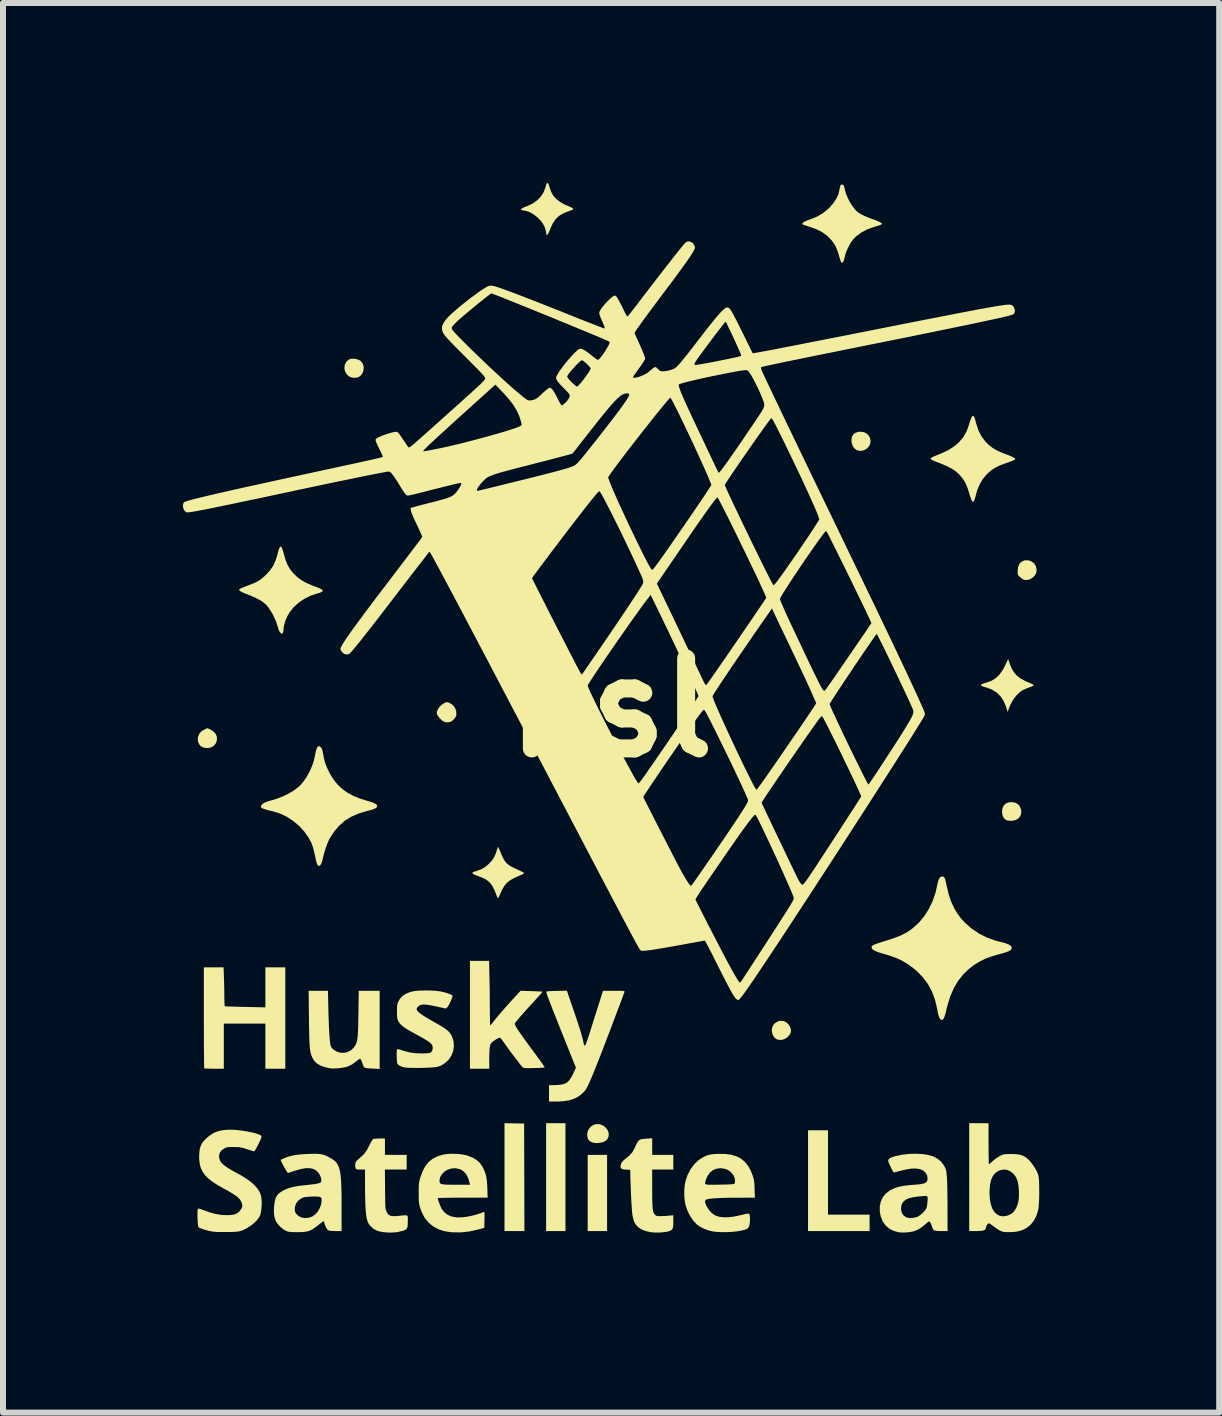
<source format=kicad_pcb>
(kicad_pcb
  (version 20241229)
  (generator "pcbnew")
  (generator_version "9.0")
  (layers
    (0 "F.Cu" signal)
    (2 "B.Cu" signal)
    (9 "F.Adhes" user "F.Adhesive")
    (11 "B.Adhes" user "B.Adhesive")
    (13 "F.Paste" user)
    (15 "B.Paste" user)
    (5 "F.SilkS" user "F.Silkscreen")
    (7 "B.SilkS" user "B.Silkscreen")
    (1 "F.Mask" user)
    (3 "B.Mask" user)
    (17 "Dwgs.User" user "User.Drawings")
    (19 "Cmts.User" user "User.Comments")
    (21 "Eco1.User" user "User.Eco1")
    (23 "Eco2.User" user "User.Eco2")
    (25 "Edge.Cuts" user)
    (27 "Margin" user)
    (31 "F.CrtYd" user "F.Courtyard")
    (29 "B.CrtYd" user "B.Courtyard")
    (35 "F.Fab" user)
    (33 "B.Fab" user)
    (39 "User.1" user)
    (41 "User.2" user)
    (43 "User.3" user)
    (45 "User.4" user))
  (footprint "hsl"
    (layer "F.Cu")
    (at 7.138 8.748)
    (property "Reference" "hsl" (at 0 0 0) (layer "F.SilkS") (effects (font (size 1.5 1.5) (thickness 0.3))))
    (attr board_only exclude_from_pos_files exclude_from_bom)
    (fp_poly (pts (xy -1.614 6.929) (xy -1.451 6.931) (xy -1.448 7.828) (xy -1.446 8.724) (xy -1.612 8.724) (xy -1.778 8.724) (xy -1.778 7.825) (xy -1.778 6.926)) (stroke (width 0) (type solid)) (fill yes) (layer "F.SilkS"))
    (fp_poly (pts (xy -0.762 7.825) (xy -0.762 8.724) (xy -0.923 8.724) (xy -1.084 8.724) (xy -1.084 7.825) (xy -1.084 6.926) (xy -0.923 6.926) (xy -0.762 6.926)) (stroke (width 0) (type solid)) (fill yes) (layer "F.SilkS"))
    (fp_poly (pts (xy -0.068 8.089) (xy -0.068 8.724) (xy -0.23 8.724) (xy -0.391 8.724) (xy -0.391 8.089) (xy -0.391 7.454) (xy -0.23 7.454) (xy -0.068 7.454)) (stroke (width 0) (type solid)) (fill yes) (layer "F.SilkS"))
    (fp_poly (pts (xy 3.615 7.747) (xy 3.615 8.45) (xy 3.961 8.45) (xy 4.308 8.45) (xy 4.308 8.587) (xy 4.308 8.724) (xy 3.795 8.724) (xy 3.282 8.724) (xy 3.282 7.884) (xy 3.282 7.044) (xy 3.449 7.044) (xy 3.615 7.044)) (stroke (width 0) (type solid)) (fill yes) (layer "F.SilkS"))
    (fp_poly (pts (xy -6.677 0.366) (xy -6.625 0.4) (xy -6.589 0.441) (xy -6.572 0.489) (xy -6.572 0.542) (xy -6.574 0.549) (xy -6.594 0.6) (xy -6.629 0.638) (xy -6.674 0.663) (xy -6.727 0.673) (xy -6.786 0.666) (xy -6.795 0.664) (xy -6.839 0.642) (xy -6.87 0.606) (xy -6.888 0.562) (xy -6.891 0.512) (xy -6.887 0.486) (xy -6.866 0.434) (xy -6.834 0.396) (xy -6.787 0.366) (xy -6.783 0.364) (xy -6.73 0.34)) (stroke (width 0) (type solid)) (fill yes) (layer "F.SilkS"))
    (fp_poly (pts (xy 4.217 -4.593) (xy 4.261 -4.57) (xy 4.295 -4.536) (xy 4.317 -4.493) (xy 4.325 -4.446) (xy 4.318 -4.398) (xy 4.294 -4.352) (xy 4.293 -4.351) (xy 4.254 -4.314) (xy 4.207 -4.29) (xy 4.156 -4.281) (xy 4.107 -4.289) (xy 4.098 -4.293) (xy 4.057 -4.321) (xy 4.027 -4.363) (xy 4.009 -4.417) (xy 4.005 -4.462) (xy 4.013 -4.515) (xy 4.036 -4.555) (xy 4.073 -4.584) (xy 4.125 -4.599) (xy 4.165 -4.601)) (stroke (width 0) (type solid)) (fill yes) (layer "F.SilkS"))
    (fp_poly (pts (xy 2.875 5.223) (xy 2.917 5.242) (xy 2.954 5.276) (xy 2.98 5.315) (xy 2.997 5.363) (xy 2.995 5.408) (xy 2.975 5.452) (xy 2.97 5.459) (xy 2.931 5.499) (xy 2.884 5.526) (xy 2.834 5.538) (xy 2.784 5.535) (xy 2.747 5.519) (xy 2.72 5.495) (xy 2.698 5.463) (xy 2.696 5.458) (xy 2.679 5.403) (xy 2.679 5.353) (xy 2.692 5.309) (xy 2.716 5.272) (xy 2.75 5.244) (xy 2.789 5.225) (xy 2.831 5.218)) (stroke (width 0) (type solid)) (fill yes) (layer "F.SilkS"))
    (fp_poly (pts (xy 6.73 1.581) (xy 6.777 1.605) (xy 6.812 1.643) (xy 6.832 1.693) (xy 6.836 1.714) (xy 6.834 1.769) (xy 6.815 1.815) (xy 6.781 1.851) (xy 6.735 1.875) (xy 6.677 1.885) (xy 6.667 1.885) (xy 6.631 1.883) (xy 6.599 1.878) (xy 6.585 1.873) (xy 6.549 1.844) (xy 6.526 1.802) (xy 6.516 1.747) (xy 6.516 1.735) (xy 6.523 1.675) (xy 6.545 1.629) (xy 6.58 1.596) (xy 6.629 1.577) (xy 6.673 1.573)) (stroke (width 0) (type solid)) (fill yes) (layer "F.SilkS"))
    (fp_poly (pts (xy -0.19 6.943) (xy -0.138 6.963) (xy -0.091 6.999) (xy -0.058 7.043) (xy -0.041 7.091) (xy -0.041 7.137) (xy -0.056 7.18) (xy -0.086 7.215) (xy -0.13 7.24) (xy -0.157 7.248) (xy -0.221 7.257) (xy -0.278 7.255) (xy -0.303 7.249) (xy -0.332 7.239) (xy -0.35 7.23) (xy -0.377 7.205) (xy -0.394 7.168) (xy -0.4 7.124) (xy -0.395 7.077) (xy -0.378 7.032) (xy -0.376 7.028) (xy -0.34 6.983) (xy -0.294 6.953) (xy -0.243 6.94)) (stroke (width 0) (type solid)) (fill yes) (layer "F.SilkS"))
    (fp_poly (pts (xy -4.246 -5.812) (xy -4.202 -5.797) (xy -4.17 -5.777) (xy -4.17 -5.777) (xy -4.141 -5.736) (xy -4.126 -5.688) (xy -4.126 -5.638) (xy -4.14 -5.588) (xy -4.166 -5.546) (xy -4.202 -5.516) (xy -4.237 -5.504) (xy -4.281 -5.5) (xy -4.326 -5.505) (xy -4.362 -5.518) (xy -4.364 -5.519) (xy -4.404 -5.554) (xy -4.432 -5.599) (xy -4.446 -5.65) (xy -4.444 -5.702) (xy -4.437 -5.725) (xy -4.414 -5.767) (xy -4.381 -5.799) (xy -4.345 -5.816) (xy -4.34 -5.817) (xy -4.294 -5.819)) (stroke (width 0) (type solid)) (fill yes) (layer "F.SilkS"))
    (fp_poly (pts (xy 6.963 -2.456) (xy 7.012 -2.437) (xy 7.051 -2.405) (xy 7.079 -2.362) (xy 7.09 -2.32) (xy 7.091 -2.273) (xy 7.081 -2.235) (xy 7.058 -2.2) (xy 7.057 -2.198) (xy 7.017 -2.162) (xy 6.972 -2.138) (xy 6.926 -2.128) (xy 6.883 -2.132) (xy 6.868 -2.139) (xy 6.838 -2.159) (xy 6.809 -2.184) (xy 6.804 -2.188) (xy 6.788 -2.207) (xy 6.779 -2.226) (xy 6.776 -2.252) (xy 6.776 -2.28) (xy 6.783 -2.344) (xy 6.804 -2.395) (xy 6.838 -2.432) (xy 6.883 -2.454) (xy 6.91 -2.459)) (stroke (width 0) (type solid)) (fill yes) (layer "F.SilkS"))
    (fp_poly (pts (xy -2.724 -0.092) (xy -2.698 -0.082) (xy -2.693 -0.08) (xy -2.643 -0.048) (xy -2.606 -0.003) (xy -2.584 0.05) (xy -2.58 0.109) (xy -2.583 0.13) (xy -2.596 0.16) (xy -2.621 0.193) (xy -2.654 0.221) (xy -2.674 0.233) (xy -2.71 0.243) (xy -2.752 0.242) (xy -2.791 0.231) (xy -2.799 0.226) (xy -2.832 0.201) (xy -2.863 0.169) (xy -2.889 0.134) (xy -2.905 0.104) (xy -2.906 0.099) (xy -2.905 0.064) (xy -2.888 0.025) (xy -2.861 -0.014) (xy -2.824 -0.049) (xy -2.782 -0.077) (xy -2.767 -0.085) (xy -2.744 -0.092)) (stroke (width 0) (type solid)) (fill yes) (layer "F.SilkS"))
    (fp_poly (pts (xy 6.648 -0.724) (xy 6.68 -0.648) (xy 6.719 -0.585) (xy 6.767 -0.531) (xy 6.829 -0.485) (xy 6.905 -0.444) (xy 6.959 -0.421) (xy 6.997 -0.405) (xy 7.026 -0.39) (xy 7.044 -0.38) (xy 7.047 -0.376) (xy 7.038 -0.369) (xy 7.016 -0.357) (xy 6.983 -0.343) (xy 6.964 -0.337) (xy 6.907 -0.314) (xy 6.862 -0.293) (xy 6.825 -0.269) (xy 6.789 -0.238) (xy 6.758 -0.207) (xy 6.698 -0.13) (xy 6.65 -0.039) (xy 6.629 0.017) (xy 6.619 0.045) (xy 6.613 0.064) (xy 6.61 0.068) (xy 6.607 0.06) (xy 6.599 0.036) (xy 6.589 0.003) (xy 6.582 -0.018) (xy 6.545 -0.108) (xy 6.494 -0.186) (xy 6.429 -0.251) (xy 6.352 -0.301) (xy 6.264 -0.335) (xy 6.238 -0.342) (xy 6.196 -0.354) (xy 6.171 -0.368) (xy 6.164 -0.381) (xy 6.174 -0.39) (xy 6.199 -0.402) (xy 6.239 -0.414) (xy 6.262 -0.421) (xy 6.34 -0.449) (xy 6.41 -0.492) (xy 6.471 -0.551) (xy 6.526 -0.627) (xy 6.568 -0.705) (xy 6.618 -0.811)) (stroke (width 0) (type solid)) (fill yes) (layer "F.SilkS"))
    (fp_poly (pts (xy -6.454 4.526) (xy -6.452 4.596) (xy -6.45 4.671) (xy -6.449 4.742) (xy -6.448 4.805) (xy -6.448 4.847) (xy -6.447 4.895) (xy -6.446 4.934) (xy -6.443 4.962) (xy -6.441 4.975) (xy -6.44 4.976) (xy -6.429 4.977) (xy -6.401 4.979) (xy -6.357 4.98) (xy -6.301 4.982) (xy -6.235 4.984) (xy -6.161 4.986) (xy -6.098 4.987) (xy -5.764 4.995) (xy -5.764 4.661) (xy -5.764 4.328) (xy -5.598 4.328) (xy -5.432 4.328) (xy -5.432 5.173) (xy -5.432 6.018) (xy -5.598 6.018) (xy -5.764 6.018) (xy -5.764 5.642) (xy -5.764 5.266) (xy -6.111 5.266) (xy -6.457 5.266) (xy -6.457 5.642) (xy -6.457 6.018) (xy -6.617 6.018) (xy -6.671 6.017) (xy -6.718 6.016) (xy -6.755 6.015) (xy -6.777 6.013) (xy -6.783 6.011) (xy -6.784 6.001) (xy -6.785 5.972) (xy -6.786 5.927) (xy -6.787 5.866) (xy -6.787 5.792) (xy -6.788 5.705) (xy -6.789 5.607) (xy -6.789 5.5) (xy -6.789 5.384) (xy -6.79 5.262) (xy -6.79 5.166) (xy -6.79 4.328) (xy -6.625 4.328) (xy -6.461 4.328)) (stroke (width 0) (type solid)) (fill yes) (layer "F.SilkS"))
    (fp_poly (pts (xy -1.047 -8.737) (xy -1.039 -8.718) (xy -1.03 -8.687) (xy -1.023 -8.663) (xy -0.998 -8.594) (xy -0.963 -8.533) (xy -0.915 -8.48) (xy -0.852 -8.432) (xy -0.773 -8.387) (xy -0.679 -8.347) (xy -0.652 -8.334) (xy -0.634 -8.321) (xy -0.63 -8.314) (xy -0.639 -8.305) (xy -0.665 -8.292) (xy -0.706 -8.277) (xy -0.714 -8.275) (xy -0.8 -8.241) (xy -0.871 -8.197) (xy -0.929 -8.141) (xy -0.975 -8.071) (xy -1.012 -7.989) (xy -1.032 -7.94) (xy -1.049 -7.904) (xy -1.064 -7.883) (xy -1.074 -7.878) (xy -1.078 -7.884) (xy -1.082 -7.902) (xy -1.086 -7.931) (xy -1.088 -7.945) (xy -1.105 -8.006) (xy -1.138 -8.07) (xy -1.186 -8.132) (xy -1.248 -8.19) (xy -1.269 -8.206) (xy -1.325 -8.244) (xy -1.378 -8.27) (xy -1.433 -8.285) (xy -1.458 -8.289) (xy -1.485 -8.294) (xy -1.502 -8.3) (xy -1.504 -8.303) (xy -1.496 -8.316) (xy -1.472 -8.332) (xy -1.437 -8.349) (xy -1.399 -8.363) (xy -1.316 -8.401) (xy -1.242 -8.452) (xy -1.18 -8.513) (xy -1.131 -8.583) (xy -1.1 -8.66) (xy -1.093 -8.684) (xy -1.083 -8.721) (xy -1.07 -8.743) (xy -1.058 -8.748)) (stroke (width 0) (type solid)) (fill yes) (layer "F.SilkS"))
    (fp_poly (pts (xy -1.882 2.326) (xy -1.872 2.346) (xy -1.857 2.378) (xy -1.842 2.414) (xy -1.815 2.478) (xy -1.79 2.528) (xy -1.764 2.568) (xy -1.734 2.6) (xy -1.696 2.629) (xy -1.647 2.657) (xy -1.585 2.687) (xy -1.551 2.702) (xy -1.51 2.721) (xy -1.477 2.738) (xy -1.456 2.751) (xy -1.449 2.759) (xy -1.459 2.766) (xy -1.483 2.779) (xy -1.517 2.795) (xy -1.55 2.809) (xy -1.628 2.844) (xy -1.69 2.88) (xy -1.74 2.921) (xy -1.78 2.969) (xy -1.815 3.028) (xy -1.843 3.089) (xy -1.859 3.126) (xy -1.873 3.155) (xy -1.883 3.172) (xy -1.886 3.175) (xy -1.893 3.167) (xy -1.904 3.145) (xy -1.91 3.129) (xy -1.942 3.047) (xy -1.974 2.983) (xy -2.008 2.931) (xy -2.049 2.891) (xy -2.098 2.857) (xy -2.159 2.829) (xy -2.213 2.808) (xy -2.264 2.789) (xy -2.297 2.773) (xy -2.312 2.759) (xy -2.311 2.748) (xy -2.31 2.746) (xy -2.297 2.739) (xy -2.27 2.729) (xy -2.235 2.718) (xy -2.232 2.717) (xy -2.159 2.69) (xy -2.096 2.651) (xy -2.035 2.599) (xy -2.027 2.59) (xy -1.983 2.541) (xy -1.952 2.493) (xy -1.928 2.441) (xy -1.913 2.398) (xy -1.902 2.364) (xy -1.893 2.336) (xy -1.888 2.322) (xy -1.888 2.321)) (stroke (width 0) (type solid)) (fill yes) (layer "F.SilkS"))
    (fp_poly (pts (xy -5.493 -2.674) (xy -5.479 -2.64) (xy -5.463 -2.588) (xy -5.452 -2.546) (xy -5.424 -2.454) (xy -5.392 -2.376) (xy -5.352 -2.308) (xy -5.302 -2.246) (xy -5.28 -2.223) (xy -5.22 -2.168) (xy -5.155 -2.121) (xy -5.08 -2.08) (xy -4.992 -2.042) (xy -4.953 -2.027) (xy -4.889 -2.003) (xy -4.843 -1.983) (xy -4.816 -1.966) (xy -4.806 -1.95) (xy -4.815 -1.937) (xy -4.84 -1.923) (xy -4.882 -1.909) (xy -4.896 -1.906) (xy -5.011 -1.867) (xy -5.117 -1.814) (xy -5.212 -1.749) (xy -5.294 -1.674) (xy -5.361 -1.59) (xy -5.401 -1.52) (xy -5.437 -1.434) (xy -5.457 -1.355) (xy -5.461 -1.303) (xy -5.465 -1.271) (xy -5.474 -1.246) (xy -5.486 -1.232) (xy -5.49 -1.231) (xy -5.501 -1.238) (xy -5.517 -1.255) (xy -5.519 -1.257) (xy -5.535 -1.283) (xy -5.548 -1.316) (xy -5.549 -1.323) (xy -5.591 -1.45) (xy -5.647 -1.569) (xy -5.715 -1.674) (xy -5.719 -1.679) (xy -5.749 -1.714) (xy -5.784 -1.746) (xy -5.825 -1.776) (xy -5.876 -1.806) (xy -5.938 -1.837) (xy -6.015 -1.87) (xy -6.103 -1.905) (xy -6.138 -1.92) (xy -6.169 -1.935) (xy -6.186 -1.946) (xy -6.201 -1.959) (xy -6.201 -1.969) (xy -6.193 -1.978) (xy -6.179 -1.987) (xy -6.15 -2) (xy -6.111 -2.016) (xy -6.065 -2.034) (xy -6.059 -2.036) (xy -5.984 -2.065) (xy -5.924 -2.091) (xy -5.873 -2.119) (xy -5.828 -2.15) (xy -5.784 -2.188) (xy -5.744 -2.227) (xy -5.685 -2.292) (xy -5.64 -2.357) (xy -5.604 -2.429) (xy -5.575 -2.511) (xy -5.564 -2.554) (xy -5.547 -2.616) (xy -5.532 -2.659) (xy -5.519 -2.683) (xy -5.506 -2.688)) (stroke (width 0) (type solid)) (fill yes) (layer "F.SilkS"))
    (fp_poly (pts (xy 3.866 -8.717) (xy 3.877 -8.706) (xy 3.886 -8.683) (xy 3.894 -8.646) (xy 3.897 -8.631) (xy 3.914 -8.571) (xy 3.942 -8.503) (xy 3.978 -8.432) (xy 4.02 -8.365) (xy 4.064 -8.307) (xy 4.089 -8.28) (xy 4.12 -8.255) (xy 4.165 -8.228) (xy 4.22 -8.2) (xy 4.281 -8.174) (xy 4.343 -8.15) (xy 4.352 -8.147) (xy 4.399 -8.131) (xy 4.443 -8.113) (xy 4.479 -8.096) (xy 4.503 -8.081) (xy 4.513 -8.07) (xy 4.513 -8.07) (xy 4.51 -8.061) (xy 4.498 -8.053) (xy 4.474 -8.043) (xy 4.436 -8.031) (xy 4.389 -8.017) (xy 4.272 -7.976) (xy 4.171 -7.923) (xy 4.084 -7.858) (xy 4.036 -7.809) (xy 4.004 -7.767) (xy 3.972 -7.713) (xy 3.942 -7.654) (xy 3.917 -7.595) (xy 3.9 -7.542) (xy 3.897 -7.527) (xy 3.884 -7.472) (xy 3.87 -7.436) (xy 3.853 -7.419) (xy 3.848 -7.417) (xy 3.84 -7.42) (xy 3.831 -7.435) (xy 3.82 -7.463) (xy 3.806 -7.508) (xy 3.802 -7.524) (xy 3.779 -7.598) (xy 3.757 -7.657) (xy 3.733 -7.707) (xy 3.705 -7.752) (xy 3.678 -7.788) (xy 3.606 -7.863) (xy 3.519 -7.927) (xy 3.417 -7.979) (xy 3.301 -8.02) (xy 3.259 -8.033) (xy 3.224 -8.044) (xy 3.2 -8.054) (xy 3.192 -8.058) (xy 3.187 -8.071) (xy 3.197 -8.086) (xy 3.223 -8.103) (xy 3.266 -8.122) (xy 3.327 -8.145) (xy 3.34 -8.149) (xy 3.441 -8.191) (xy 3.531 -8.245) (xy 3.616 -8.314) (xy 3.64 -8.337) (xy 3.703 -8.41) (xy 3.753 -8.485) (xy 3.788 -8.56) (xy 3.805 -8.632) (xy 3.806 -8.633) (xy 3.813 -8.678) (xy 3.822 -8.707) (xy 3.835 -8.72) (xy 3.851 -8.722)) (stroke (width 0) (type solid)) (fill yes) (layer "F.SilkS"))
    (fp_poly (pts (xy 0.684 7.316) (xy 0.684 7.454) (xy 0.86 7.454) (xy 1.036 7.454) (xy 1.036 7.576) (xy 1.036 7.698) (xy 0.86 7.698) (xy 0.684 7.698) (xy 0.684 8.01) (xy 0.684 8.11) (xy 0.685 8.193) (xy 0.687 8.259) (xy 0.69 8.313) (xy 0.694 8.355) (xy 0.699 8.387) (xy 0.706 8.412) (xy 0.715 8.431) (xy 0.726 8.447) (xy 0.728 8.448) (xy 0.742 8.463) (xy 0.758 8.471) (xy 0.781 8.474) (xy 0.817 8.475) (xy 0.863 8.474) (xy 0.916 8.471) (xy 0.96 8.468) (xy 1.036 8.46) (xy 1.036 8.566) (xy 1.035 8.621) (xy 1.03 8.661) (xy 1.021 8.688) (xy 1.006 8.707) (xy 0.982 8.72) (xy 0.955 8.729) (xy 0.907 8.739) (xy 0.847 8.746) (xy 0.782 8.749) (xy 0.717 8.748) (xy 0.663 8.743) (xy 0.577 8.724) (xy 0.504 8.695) (xy 0.445 8.655) (xy 0.403 8.605) (xy 0.383 8.565) (xy 0.371 8.528) (xy 0.36 8.482) (xy 0.353 8.444) (xy 0.349 8.414) (xy 0.346 8.368) (xy 0.342 8.308) (xy 0.337 8.237) (xy 0.333 8.158) (xy 0.329 8.074) (xy 0.326 7.988) (xy 0.323 7.903) (xy 0.32 7.821) (xy 0.32 7.796) (xy 0.318 7.703) (xy 0.249 7.7) (xy 0.205 7.696) (xy 0.176 7.687) (xy 0.161 7.671) (xy 0.156 7.646) (xy 0.156 7.642) (xy 0.166 7.598) (xy 0.195 7.556) (xy 0.242 7.515) (xy 0.244 7.514) (xy 0.305 7.465) (xy 0.351 7.413) (xy 0.385 7.354) (xy 0.388 7.347) (xy 0.413 7.291) (xy 0.433 7.251) (xy 0.452 7.223) (xy 0.471 7.205) (xy 0.496 7.194) (xy 0.528 7.188) (xy 0.572 7.185) (xy 0.592 7.183) (xy 0.684 7.177)) (stroke (width 0) (type solid)) (fill yes) (layer "F.SilkS"))
    (fp_poly (pts (xy -4.715 4.99) (xy -4.712 5.114) (xy -4.708 5.228) (xy -4.704 5.331) (xy -4.699 5.421) (xy -4.694 5.497) (xy -4.688 5.558) (xy -4.683 5.601) (xy -4.679 5.622) (xy -4.663 5.662) (xy -4.636 5.693) (xy -4.596 5.72) (xy -4.578 5.73) (xy -4.517 5.75) (xy -4.453 5.753) (xy -4.392 5.739) (xy -4.336 5.709) (xy -4.29 5.665) (xy -4.271 5.638) (xy -4.259 5.616) (xy -4.249 5.593) (xy -4.241 5.567) (xy -4.234 5.537) (xy -4.228 5.5) (xy -4.224 5.454) (xy -4.221 5.398) (xy -4.218 5.329) (xy -4.216 5.245) (xy -4.214 5.144) (xy -4.213 5.097) (xy -4.208 4.719) (xy -4.033 4.719) (xy -3.859 4.719) (xy -3.859 5.37) (xy -3.859 6.021) (xy -3.974 6.015) (xy -4.03 6.012) (xy -4.069 6.009) (xy -4.096 6.004) (xy -4.112 5.997) (xy -4.123 5.987) (xy -4.129 5.974) (xy -4.13 5.971) (xy -4.14 5.946) (xy -4.151 5.913) (xy -4.157 5.898) (xy -4.17 5.868) (xy -4.184 5.853) (xy -4.188 5.852) (xy -4.203 5.858) (xy -4.226 5.875) (xy -4.251 5.896) (xy -4.318 5.946) (xy -4.396 5.982) (xy -4.45 5.996) (xy -4.491 6.003) (xy -4.54 6.009) (xy -4.591 6.012) (xy -4.637 6.014) (xy -4.671 6.012) (xy -4.675 6.012) (xy -4.767 5.993) (xy -4.843 5.966) (xy -4.904 5.931) (xy -4.93 5.908) (xy -4.953 5.881) (xy -4.974 5.846) (xy -4.983 5.829) (xy -4.994 5.802) (xy -5.003 5.775) (xy -5.011 5.746) (xy -5.017 5.713) (xy -5.022 5.675) (xy -5.026 5.629) (xy -5.03 5.573) (xy -5.032 5.506) (xy -5.034 5.425) (xy -5.036 5.33) (xy -5.038 5.217) (xy -5.038 5.175) (xy -5.043 4.719) (xy -4.882 4.719) (xy -4.721 4.719)) (stroke (width 0) (type solid)) (fill yes) (layer "F.SilkS"))
    (fp_poly (pts (xy 6.047 -4.857) (xy 6.057 -4.838) (xy 6.068 -4.806) (xy 6.08 -4.758) (xy 6.082 -4.748) (xy 6.118 -4.634) (xy 6.169 -4.532) (xy 6.234 -4.443) (xy 6.244 -4.431) (xy 6.299 -4.377) (xy 6.36 -4.33) (xy 6.429 -4.29) (xy 6.51 -4.253) (xy 6.572 -4.229) (xy 6.621 -4.211) (xy 6.665 -4.193) (xy 6.7 -4.177) (xy 6.721 -4.165) (xy 6.725 -4.163) (xy 6.735 -4.151) (xy 6.735 -4.142) (xy 6.721 -4.132) (xy 6.705 -4.124) (xy 6.677 -4.112) (xy 6.638 -4.097) (xy 6.595 -4.082) (xy 6.584 -4.078) (xy 6.49 -4.044) (xy 6.412 -4.007) (xy 6.344 -3.964) (xy 6.281 -3.911) (xy 6.245 -3.874) (xy 6.19 -3.804) (xy 6.142 -3.721) (xy 6.104 -3.631) (xy 6.08 -3.547) (xy 6.07 -3.507) (xy 6.059 -3.472) (xy 6.049 -3.449) (xy 6.047 -3.445) (xy 6.035 -3.433) (xy 6.027 -3.433) (xy 6.015 -3.449) (xy 6.013 -3.452) (xy 6.003 -3.473) (xy 5.99 -3.507) (xy 5.976 -3.549) (xy 5.969 -3.575) (xy 5.945 -3.652) (xy 5.921 -3.715) (xy 5.893 -3.769) (xy 5.859 -3.821) (xy 5.848 -3.836) (xy 5.8 -3.892) (xy 5.744 -3.941) (xy 5.678 -3.986) (xy 5.598 -4.027) (xy 5.502 -4.068) (xy 5.482 -4.076) (xy 5.42 -4.099) (xy 5.376 -4.118) (xy 5.346 -4.132) (xy 5.33 -4.143) (xy 5.324 -4.152) (xy 5.324 -4.152) (xy 5.333 -4.163) (xy 5.359 -4.179) (xy 5.404 -4.199) (xy 5.466 -4.225) (xy 5.49 -4.234) (xy 5.609 -4.288) (xy 5.712 -4.353) (xy 5.799 -4.427) (xy 5.87 -4.512) (xy 5.924 -4.605) (xy 5.955 -4.687) (xy 5.974 -4.75) (xy 5.989 -4.797) (xy 6.002 -4.829) (xy 6.012 -4.849) (xy 6.02 -4.86) (xy 6.024 -4.862) (xy 6.037 -4.864)) (stroke (width 0) (type solid)) (fill yes) (layer "F.SilkS"))
    (fp_poly (pts (xy -3.771 7.317) (xy -3.771 7.454) (xy -3.59 7.454) (xy -3.409 7.454) (xy -3.409 7.576) (xy -3.409 7.698) (xy -3.591 7.698) (xy -3.772 7.698) (xy -3.769 8.028) (xy -3.768 8.117) (xy -3.767 8.188) (xy -3.766 8.245) (xy -3.765 8.289) (xy -3.763 8.322) (xy -3.761 8.346) (xy -3.758 8.365) (xy -3.754 8.379) (xy -3.748 8.392) (xy -3.742 8.406) (xy -3.742 8.406) (xy -3.724 8.437) (xy -3.702 8.458) (xy -3.675 8.47) (xy -3.637 8.475) (xy -3.587 8.475) (xy -3.537 8.47) (xy -3.481 8.464) (xy -3.44 8.461) (xy -3.414 8.461) (xy -3.399 8.468) (xy -3.392 8.482) (xy -3.389 8.506) (xy -3.39 8.541) (xy -3.39 8.561) (xy -3.391 8.615) (xy -3.395 8.654) (xy -3.405 8.68) (xy -3.421 8.698) (xy -3.446 8.711) (xy -3.466 8.718) (xy -3.57 8.743) (xy -3.684 8.75) (xy -3.789 8.743) (xy -3.858 8.731) (xy -3.913 8.713) (xy -3.959 8.688) (xy -4 8.652) (xy -4.001 8.652) (xy -4.031 8.618) (xy -4.051 8.586) (xy -4.065 8.548) (xy -4.068 8.54) (xy -4.078 8.496) (xy -4.086 8.442) (xy -4.092 8.375) (xy -4.097 8.294) (xy -4.1 8.198) (xy -4.102 8.085) (xy -4.103 7.974) (xy -4.103 7.698) (xy -4.176 7.698) (xy -4.214 7.698) (xy -4.238 7.695) (xy -4.251 7.689) (xy -4.259 7.679) (xy -4.26 7.677) (xy -4.266 7.654) (xy -4.267 7.622) (xy -4.266 7.611) (xy -4.261 7.584) (xy -4.251 7.562) (xy -4.231 7.541) (xy -4.215 7.527) (xy -4.165 7.483) (xy -4.126 7.446) (xy -4.096 7.41) (xy -4.07 7.37) (xy -4.045 7.322) (xy -4.036 7.304) (xy -4.015 7.262) (xy -3.995 7.227) (xy -3.978 7.202) (xy -3.968 7.191) (xy -3.949 7.186) (xy -3.917 7.183) (xy -3.877 7.181) (xy -3.859 7.18) (xy -3.771 7.18)) (stroke (width 0) (type solid)) (fill yes) (layer "F.SilkS"))
    (fp_poly (pts (xy 5.536 2.815) (xy 5.548 2.822) (xy 5.558 2.836) (xy 5.568 2.86) (xy 5.577 2.897) (xy 5.589 2.95) (xy 5.593 2.969) (xy 5.626 3.107) (xy 5.666 3.229) (xy 5.716 3.338) (xy 5.775 3.437) (xy 5.846 3.529) (xy 5.9 3.586) (xy 6.01 3.682) (xy 6.133 3.765) (xy 6.267 3.832) (xy 6.409 3.883) (xy 6.49 3.904) (xy 6.565 3.923) (xy 6.62 3.943) (xy 6.657 3.964) (xy 6.676 3.987) (xy 6.678 4.011) (xy 6.673 4.023) (xy 6.659 4.039) (xy 6.634 4.055) (xy 6.595 4.071) (xy 6.541 4.089) (xy 6.469 4.108) (xy 6.467 4.109) (xy 6.341 4.145) (xy 6.23 4.187) (xy 6.131 4.237) (xy 6.038 4.296) (xy 5.968 4.351) (xy 5.869 4.446) (xy 5.783 4.554) (xy 5.712 4.675) (xy 5.653 4.81) (xy 5.607 4.96) (xy 5.592 5.02) (xy 5.575 5.093) (xy 5.558 5.147) (xy 5.542 5.183) (xy 5.525 5.202) (xy 5.508 5.205) (xy 5.489 5.192) (xy 5.488 5.19) (xy 5.475 5.173) (xy 5.465 5.151) (xy 5.455 5.12) (xy 5.445 5.077) (xy 5.434 5.019) (xy 5.432 5.007) (xy 5.397 4.862) (xy 5.347 4.729) (xy 5.28 4.606) (xy 5.196 4.493) (xy 5.095 4.39) (xy 5.012 4.322) (xy 4.927 4.262) (xy 4.84 4.212) (xy 4.747 4.17) (xy 4.643 4.132) (xy 4.544 4.103) (xy 4.469 4.081) (xy 4.412 4.06) (xy 4.372 4.039) (xy 4.349 4.019) (xy 4.341 3.997) (xy 4.344 3.981) (xy 4.35 3.971) (xy 4.362 3.961) (xy 4.381 3.951) (xy 4.411 3.939) (xy 4.453 3.924) (xy 4.511 3.906) (xy 4.568 3.888) (xy 4.668 3.856) (xy 4.753 3.826) (xy 4.826 3.797) (xy 4.889 3.766) (xy 4.946 3.733) (xy 5 3.696) (xy 5.032 3.671) (xy 5.13 3.582) (xy 5.217 3.478) (xy 5.293 3.36) (xy 5.356 3.231) (xy 5.405 3.092) (xy 5.437 2.952) (xy 5.45 2.894) (xy 5.465 2.853) (xy 5.482 2.828) (xy 5.504 2.815) (xy 5.52 2.814)) (stroke (width 0) (type solid)) (fill yes) (layer "F.SilkS"))
    (fp_poly (pts (xy -4.856 0.645) (xy -4.842 0.658) (xy -4.832 0.668) (xy -4.824 0.682) (xy -4.817 0.7) (xy -4.81 0.728) (xy -4.802 0.767) (xy -4.792 0.821) (xy -4.788 0.843) (xy -4.769 0.917) (xy -4.737 0.999) (xy -4.696 1.084) (xy -4.649 1.165) (xy -4.597 1.238) (xy -4.552 1.289) (xy -4.476 1.359) (xy -4.391 1.419) (xy -4.297 1.47) (xy -4.188 1.514) (xy -4.075 1.549) (xy -4.008 1.569) (xy -3.958 1.587) (xy -3.925 1.604) (xy -3.906 1.621) (xy -3.9 1.638) (xy -3.902 1.648) (xy -3.912 1.664) (xy -3.931 1.678) (xy -3.964 1.692) (xy -4.011 1.707) (xy -4.075 1.723) (xy -4.078 1.724) (xy -4.212 1.764) (xy -4.333 1.817) (xy -4.441 1.885) (xy -4.535 1.967) (xy -4.618 2.064) (xy -4.69 2.176) (xy -4.706 2.208) (xy -4.729 2.26) (xy -4.753 2.324) (xy -4.776 2.394) (xy -4.795 2.464) (xy -4.807 2.517) (xy -4.819 2.564) (xy -4.834 2.602) (xy -4.852 2.628) (xy -4.869 2.638) (xy -4.87 2.638) (xy -4.885 2.63) (xy -4.898 2.616) (xy -4.905 2.598) (xy -4.915 2.566) (xy -4.925 2.523) (xy -4.936 2.473) (xy -4.938 2.463) (xy -4.95 2.408) (xy -4.964 2.351) (xy -4.979 2.302) (xy -4.992 2.265) (xy -4.992 2.264) (xy -5.046 2.162) (xy -5.116 2.064) (xy -5.199 1.973) (xy -5.294 1.892) (xy -5.397 1.823) (xy -5.505 1.77) (xy -5.508 1.769) (xy -5.545 1.755) (xy -5.595 1.74) (xy -5.649 1.724) (xy -5.689 1.715) (xy -5.736 1.703) (xy -5.777 1.69) (xy -5.809 1.679) (xy -5.825 1.671) (xy -5.839 1.656) (xy -5.839 1.641) (xy -5.833 1.629) (xy -5.812 1.604) (xy -5.776 1.581) (xy -5.723 1.561) (xy -5.661 1.543) (xy -5.564 1.514) (xy -5.466 1.475) (xy -5.373 1.429) (xy -5.288 1.378) (xy -5.216 1.324) (xy -5.183 1.293) (xy -5.126 1.226) (xy -5.071 1.145) (xy -5.023 1.056) (xy -4.983 0.963) (xy -4.954 0.874) (xy -4.946 0.837) (xy -4.931 0.763) (xy -4.918 0.708) (xy -4.904 0.67) (xy -4.889 0.647) (xy -4.874 0.64)) (stroke (width 0) (type solid)) (fill yes) (layer "F.SilkS"))
    (fp_poly (pts (xy -0.643 4.994) (xy -0.598 5.125) (xy -0.56 5.24) (xy -0.528 5.337) (xy -0.503 5.417) (xy -0.485 5.482) (xy -0.472 5.531) (xy -0.469 5.544) (xy -0.46 5.587) (xy -0.454 5.614) (xy -0.449 5.628) (xy -0.445 5.633) (xy -0.44 5.632) (xy -0.439 5.632) (xy -0.433 5.626) (xy -0.426 5.615) (xy -0.418 5.596) (xy -0.407 5.568) (xy -0.394 5.53) (xy -0.377 5.478) (xy -0.355 5.412) (xy -0.329 5.329) (xy -0.322 5.306) (xy -0.297 5.227) (xy -0.271 5.144) (xy -0.244 5.061) (xy -0.22 4.984) (xy -0.199 4.917) (xy -0.189 4.887) (xy -0.136 4.719) (xy 0.046 4.719) (xy 0.109 4.719) (xy 0.156 4.719) (xy 0.188 4.72) (xy 0.208 4.722) (xy 0.219 4.726) (xy 0.223 4.73) (xy 0.222 4.736) (xy 0.217 4.752) (xy 0.205 4.784) (xy 0.188 4.831) (xy 0.166 4.89) (xy 0.14 4.96) (xy 0.11 5.038) (xy 0.078 5.123) (xy 0.044 5.213) (xy 0.009 5.305) (xy -0.026 5.399) (xy -0.062 5.491) (xy -0.096 5.581) (xy -0.128 5.665) (xy -0.158 5.743) (xy -0.185 5.812) (xy -0.208 5.87) (xy -0.226 5.916) (xy -0.23 5.925) (xy -0.27 6.026) (xy -0.304 6.11) (xy -0.333 6.179) (xy -0.358 6.236) (xy -0.379 6.282) (xy -0.397 6.318) (xy -0.413 6.348) (xy -0.429 6.372) (xy -0.444 6.392) (xy -0.461 6.41) (xy -0.47 6.419) (xy -0.532 6.472) (xy -0.604 6.512) (xy -0.686 6.54) (xy -0.781 6.558) (xy -0.891 6.565) (xy -0.918 6.565) (xy -1.036 6.565) (xy -1.036 6.429) (xy -1.036 6.293) (xy -0.921 6.29) (xy -0.851 6.285) (xy -0.796 6.275) (xy -0.752 6.258) (xy -0.715 6.23) (xy -0.683 6.19) (xy -0.651 6.135) (xy -0.629 6.091) (xy -0.587 6.002) (xy -0.79 5.495) (xy -0.845 5.358) (xy -0.893 5.238) (xy -0.934 5.133) (xy -0.97 5.044) (xy -0.999 4.969) (xy -1.023 4.906) (xy -1.043 4.855) (xy -1.058 4.814) (xy -1.069 4.783) (xy -1.076 4.76) (xy -1.08 4.744) (xy -1.081 4.735) (xy -1.08 4.731) (xy -1.069 4.728) (xy -1.041 4.726) (xy -1 4.723) (xy -0.95 4.721) (xy -0.905 4.72) (xy -0.738 4.717)) (stroke (width 0) (type solid)) (fill yes) (layer "F.SilkS"))
    (fp_poly (pts (xy -2.029 4.491) (xy -2.027 4.582) (xy -2.025 4.685) (xy -2.024 4.793) (xy -2.023 4.898) (xy -2.022 4.994) (xy -2.022 5.029) (xy -2.022 5.099) (xy -2.021 5.161) (xy -2.02 5.215) (xy -2.019 5.257) (xy -2.017 5.284) (xy -2.015 5.294) (xy -2.015 5.294) (xy -2.006 5.287) (xy -1.989 5.268) (xy -1.967 5.24) (xy -1.961 5.232) (xy -1.908 5.165) (xy -1.841 5.085) (xy -1.76 4.992) (xy -1.664 4.886) (xy -1.638 4.857) (xy -1.509 4.718) (xy -1.329 4.724) (xy -1.272 4.726) (xy -1.221 4.728) (xy -1.181 4.73) (xy -1.155 4.732) (xy -1.144 4.733) (xy -1.15 4.741) (xy -1.166 4.762) (xy -1.193 4.792) (xy -1.227 4.83) (xy -1.267 4.875) (xy -1.291 4.901) (xy -1.376 4.994) (xy -1.448 5.074) (xy -1.507 5.14) (xy -1.552 5.193) (xy -1.583 5.231) (xy -1.601 5.256) (xy -1.605 5.262) (xy -1.606 5.271) (xy -1.603 5.284) (xy -1.596 5.301) (xy -1.583 5.325) (xy -1.563 5.357) (xy -1.536 5.397) (xy -1.501 5.447) (xy -1.458 5.508) (xy -1.404 5.582) (xy -1.341 5.669) (xy -1.282 5.748) (xy -1.238 5.808) (xy -1.198 5.863) (xy -1.164 5.911) (xy -1.137 5.95) (xy -1.118 5.979) (xy -1.109 5.994) (xy -1.109 5.996) (xy -1.12 5.998) (xy -1.147 6.001) (xy -1.188 6.003) (xy -1.238 6.005) (xy -1.285 6.006) (xy -1.347 6.008) (xy -1.393 6.008) (xy -1.425 6.007) (xy -1.447 6.005) (xy -1.462 6.002) (xy -1.472 5.996) (xy -1.477 5.992) (xy -1.489 5.979) (xy -1.511 5.952) (xy -1.54 5.915) (xy -1.575 5.869) (xy -1.613 5.819) (xy -1.653 5.766) (xy -1.693 5.713) (xy -1.73 5.662) (xy -1.762 5.617) (xy -1.789 5.579) (xy -1.798 5.566) (xy -1.82 5.536) (xy -1.84 5.513) (xy -1.854 5.501) (xy -1.856 5.5) (xy -1.875 5.506) (xy -1.904 5.52) (xy -1.936 5.539) (xy -1.967 5.56) (xy -1.99 5.58) (xy -1.991 5.581) (xy -2.005 5.599) (xy -2.015 5.62) (xy -2.022 5.648) (xy -2.027 5.686) (xy -2.03 5.736) (xy -2.032 5.801) (xy -2.032 5.849) (xy -2.032 6.018) (xy -2.193 6.018) (xy -2.354 6.018) (xy -2.354 5.119) (xy -2.354 4.22) (xy -2.195 4.22) (xy -2.035 4.22)) (stroke (width 0) (type solid)) (fill yes) (layer "F.SilkS"))
    (fp_poly (pts (xy -2.558 7.438) (xy -2.478 7.447) (xy -2.408 7.462) (xy -2.389 7.468) (xy -2.307 7.501) (xy -2.242 7.54) (xy -2.19 7.587) (xy -2.149 7.645) (xy -2.129 7.683) (xy -2.107 7.734) (xy -2.09 7.783) (xy -2.079 7.835) (xy -2.071 7.893) (xy -2.066 7.964) (xy -2.064 8.013) (xy -2.059 8.167) (xy -2.475 8.167) (xy -2.563 8.167) (xy -2.645 8.168) (xy -2.718 8.169) (xy -2.782 8.17) (xy -2.832 8.171) (xy -2.868 8.172) (xy -2.888 8.174) (xy -2.892 8.175) (xy -2.888 8.192) (xy -2.879 8.222) (xy -2.866 8.258) (xy -2.851 8.296) (xy -2.837 8.329) (xy -2.826 8.353) (xy -2.824 8.356) (xy -2.78 8.412) (xy -2.724 8.454) (xy -2.657 8.482) (xy -2.578 8.496) (xy -2.485 8.495) (xy -2.402 8.485) (xy -2.324 8.469) (xy -2.241 8.447) (xy -2.163 8.421) (xy -2.127 8.407) (xy -2.12 8.405) (xy -2.115 8.409) (xy -2.113 8.42) (xy -2.111 8.443) (xy -2.111 8.48) (xy -2.112 8.533) (xy -2.112 8.534) (xy -2.115 8.669) (xy -2.213 8.697) (xy -2.361 8.73) (xy -2.507 8.746) (xy -2.655 8.744) (xy -2.672 8.743) (xy -2.784 8.725) (xy -2.883 8.692) (xy -2.971 8.644) (xy -3.046 8.581) (xy -3.108 8.504) (xy -3.157 8.412) (xy -3.187 8.328) (xy -3.195 8.296) (xy -3.201 8.266) (xy -3.205 8.234) (xy -3.207 8.195) (xy -3.208 8.146) (xy -3.208 8.084) (xy -3.208 8.021) (xy -3.207 7.973) (xy -3.204 7.936) (xy -3.2 7.905) (xy -3.194 7.878) (xy -2.861 7.878) (xy -2.861 7.901) (xy -2.857 7.916) (xy -2.85 7.928) (xy -2.837 7.937) (xy -2.816 7.943) (xy -2.784 7.947) (xy -2.74 7.95) (xy -2.681 7.951) (xy -2.605 7.952) (xy -2.581 7.952) (xy -2.353 7.952) (xy -2.36 7.92) (xy -2.384 7.839) (xy -2.419 7.774) (xy -2.464 7.725) (xy -2.519 7.693) (xy -2.584 7.678) (xy -2.614 7.676) (xy -2.677 7.684) (xy -2.735 7.705) (xy -2.785 7.738) (xy -2.824 7.779) (xy -2.851 7.827) (xy -2.861 7.878) (xy -3.194 7.878) (xy -3.194 7.875) (xy -3.185 7.843) (xy -3.181 7.83) (xy -3.144 7.729) (xy -3.1 7.646) (xy -3.047 7.578) (xy -2.983 7.524) (xy -2.908 7.483) (xy -2.82 7.454) (xy -2.793 7.448) (xy -2.722 7.438) (xy -2.642 7.435)) (stroke (width 0) (type solid)) (fill yes) (layer "F.SilkS"))
    (fp_poly (pts (xy 6.291 7.268) (xy 6.292 7.348) (xy 6.292 7.421) (xy 6.293 7.485) (xy 6.294 7.538) (xy 6.295 7.578) (xy 6.296 7.603) (xy 6.297 7.61) (xy 6.307 7.604) (xy 6.327 7.588) (xy 6.353 7.564) (xy 6.363 7.555) (xy 6.401 7.523) (xy 6.445 7.493) (xy 6.485 7.47) (xy 6.487 7.469) (xy 6.514 7.457) (xy 6.538 7.448) (xy 6.562 7.443) (xy 6.591 7.44) (xy 6.632 7.44) (xy 6.672 7.439) (xy 6.746 7.442) (xy 6.805 7.449) (xy 6.854 7.463) (xy 6.897 7.485) (xy 6.939 7.516) (xy 6.965 7.54) (xy 7.007 7.588) (xy 7.048 7.646) (xy 7.084 7.706) (xy 7.111 7.764) (xy 7.124 7.805) (xy 7.129 7.84) (xy 7.133 7.89) (xy 7.135 7.952) (xy 7.136 8.022) (xy 7.136 8.095) (xy 7.135 8.168) (xy 7.132 8.237) (xy 7.128 8.298) (xy 7.123 8.346) (xy 7.119 8.371) (xy 7.089 8.469) (xy 7.046 8.552) (xy 6.991 8.62) (xy 6.923 8.674) (xy 6.843 8.712) (xy 6.781 8.729) (xy 6.739 8.736) (xy 6.688 8.74) (xy 6.635 8.742) (xy 6.586 8.741) (xy 6.545 8.738) (xy 6.526 8.734) (xy 6.482 8.717) (xy 6.434 8.688) (xy 6.376 8.647) (xy 6.366 8.639) (xy 6.332 8.614) (xy 6.309 8.599) (xy 6.295 8.595) (xy 6.285 8.598) (xy 6.285 8.598) (xy 6.266 8.621) (xy 6.25 8.652) (xy 6.243 8.68) (xy 6.243 8.683) (xy 6.236 8.699) (xy 6.215 8.711) (xy 6.179 8.719) (xy 6.125 8.723) (xy 6.075 8.724) (xy 5.969 8.724) (xy 5.969 8.089) (xy 6.307 8.089) (xy 6.313 8.19) (xy 6.329 8.277) (xy 6.354 8.349) (xy 6.388 8.406) (xy 6.431 8.446) (xy 6.481 8.471) (xy 6.539 8.478) (xy 6.605 8.467) (xy 6.608 8.466) (xy 6.666 8.44) (xy 6.712 8.402) (xy 6.748 8.347) (xy 6.751 8.34) (xy 6.773 8.287) (xy 6.788 8.235) (xy 6.796 8.179) (xy 6.798 8.112) (xy 6.797 8.055) (xy 6.791 7.973) (xy 6.779 7.907) (xy 6.761 7.852) (xy 6.736 7.806) (xy 6.703 7.766) (xy 6.651 7.725) (xy 6.594 7.702) (xy 6.533 7.699) (xy 6.47 7.714) (xy 6.45 7.723) (xy 6.401 7.758) (xy 6.362 7.807) (xy 6.334 7.871) (xy 6.316 7.952) (xy 6.308 8.048) (xy 6.307 8.089) (xy 5.969 8.089) (xy 5.969 7.825) (xy 5.969 6.926) (xy 6.13 6.926) (xy 6.291 6.926)) (stroke (width 0) (type solid)) (fill yes) (layer "F.SilkS"))
    (fp_poly (pts (xy 1.896 7.438) (xy 1.998 7.451) (xy 2.087 7.476) (xy 2.163 7.516) (xy 2.228 7.569) (xy 2.283 7.638) (xy 2.329 7.722) (xy 2.36 7.801) (xy 2.371 7.836) (xy 2.379 7.868) (xy 2.384 7.903) (xy 2.388 7.945) (xy 2.391 8) (xy 2.391 8.023) (xy 2.396 8.167) (xy 2.128 8.168) (xy 2.002 8.168) (xy 1.891 8.17) (xy 1.796 8.174) (xy 1.717 8.178) (xy 1.656 8.184) (xy 1.613 8.19) (xy 1.59 8.197) (xy 1.571 8.211) (xy 1.564 8.232) (xy 1.57 8.262) (xy 1.588 8.303) (xy 1.597 8.319) (xy 1.635 8.378) (xy 1.676 8.422) (xy 1.723 8.456) (xy 1.749 8.469) (xy 1.804 8.486) (xy 1.874 8.494) (xy 1.955 8.493) (xy 2.045 8.483) (xy 2.13 8.465) (xy 2.191 8.451) (xy 2.236 8.44) (xy 2.267 8.434) (xy 2.288 8.433) (xy 2.299 8.437) (xy 2.306 8.446) (xy 2.309 8.46) (xy 2.311 8.475) (xy 2.315 8.521) (xy 2.313 8.57) (xy 2.306 8.615) (xy 2.296 8.652) (xy 2.285 8.671) (xy 2.258 8.69) (xy 2.214 8.706) (xy 2.157 8.719) (xy 2.089 8.73) (xy 2.014 8.737) (xy 1.935 8.742) (xy 1.853 8.742) (xy 1.773 8.739) (xy 1.707 8.732) (xy 1.633 8.717) (xy 1.555 8.689) (xy 1.481 8.652) (xy 1.48 8.651) (xy 1.422 8.608) (xy 1.368 8.548) (xy 1.318 8.475) (xy 1.276 8.393) (xy 1.244 8.304) (xy 1.239 8.286) (xy 1.226 8.215) (xy 1.219 8.132) (xy 1.219 8.046) (xy 1.226 7.963) (xy 1.232 7.928) (xy 1.565 7.928) (xy 1.57 7.939) (xy 1.584 7.946) (xy 1.608 7.95) (xy 1.644 7.952) (xy 1.696 7.952) (xy 1.764 7.951) (xy 1.802 7.95) (xy 1.882 7.949) (xy 1.945 7.947) (xy 1.991 7.945) (xy 2.024 7.942) (xy 2.044 7.939) (xy 2.053 7.935) (xy 2.054 7.935) (xy 2.064 7.912) (xy 2.065 7.879) (xy 2.058 7.84) (xy 2.043 7.802) (xy 2.039 7.794) (xy 1.998 7.742) (xy 1.944 7.704) (xy 1.88 7.682) (xy 1.82 7.676) (xy 1.752 7.685) (xy 1.692 7.711) (xy 1.642 7.753) (xy 1.604 7.81) (xy 1.582 7.862) (xy 1.573 7.89) (xy 1.567 7.912) (xy 1.565 7.928) (xy 1.232 7.928) (xy 1.239 7.891) (xy 1.24 7.89) (xy 1.276 7.784) (xy 1.326 7.69) (xy 1.387 7.608) (xy 1.459 7.54) (xy 1.54 7.488) (xy 1.598 7.463) (xy 1.636 7.452) (xy 1.681 7.444) (xy 1.738 7.439) (xy 1.779 7.437)) (stroke (width 0) (type solid)) (fill yes) (layer "F.SilkS"))
    (fp_poly (pts (xy -3.004 4.714) (xy -2.934 4.718) (xy -2.873 4.725) (xy -2.835 4.731) (xy -2.776 4.745) (xy -2.725 4.76) (xy -2.684 4.776) (xy -2.656 4.79) (xy -2.644 4.8) (xy -2.646 4.816) (xy -2.655 4.844) (xy -2.669 4.879) (xy -2.686 4.917) (xy -2.704 4.952) (xy -2.721 4.979) (xy -2.73 4.991) (xy -2.754 5.015) (xy -2.894 4.984) (xy -2.975 4.967) (xy -3.04 4.955) (xy -3.091 4.949) (xy -3.132 4.947) (xy -3.163 4.951) (xy -3.189 4.961) (xy -3.211 4.975) (xy -3.221 4.984) (xy -3.235 5) (xy -3.242 5.017) (xy -3.24 5.035) (xy -3.229 5.055) (xy -3.207 5.078) (xy -3.172 5.105) (xy -3.125 5.137) (xy -3.064 5.174) (xy -2.987 5.219) (xy -2.894 5.272) (xy -2.894 5.272) (xy -2.823 5.313) (xy -2.768 5.349) (xy -2.725 5.382) (xy -2.693 5.415) (xy -2.669 5.45) (xy -2.653 5.481) (xy -2.628 5.559) (xy -2.621 5.639) (xy -2.632 5.718) (xy -2.66 5.792) (xy -2.703 5.86) (xy -2.756 5.912) (xy -2.789 5.937) (xy -2.82 5.957) (xy -2.853 5.972) (xy -2.891 5.984) (xy -2.935 5.992) (xy -2.99 5.997) (xy -3.058 6.001) (xy -3.141 6.003) (xy -3.17 6.004) (xy -3.236 6.004) (xy -3.299 6.004) (xy -3.354 6.003) (xy -3.398 6.001) (xy -3.428 5.999) (xy -3.434 5.998) (xy -3.489 5.984) (xy -3.532 5.965) (xy -3.559 5.943) (xy -3.565 5.933) (xy -3.569 5.915) (xy -3.572 5.883) (xy -3.574 5.844) (xy -3.575 5.801) (xy -3.575 5.759) (xy -3.573 5.724) (xy -3.57 5.7) (xy -3.567 5.691) (xy -3.555 5.692) (xy -3.528 5.698) (xy -3.493 5.708) (xy -3.474 5.715) (xy -3.369 5.744) (xy -3.263 5.759) (xy -3.149 5.763) (xy -3.127 5.762) (xy -3.078 5.76) (xy -3.045 5.758) (xy -3.024 5.753) (xy -3.009 5.747) (xy -2.997 5.737) (xy -2.997 5.737) (xy -2.981 5.712) (xy -2.975 5.679) (xy -2.975 5.672) (xy -2.976 5.65) (xy -2.982 5.63) (xy -2.993 5.61) (xy -3.012 5.59) (xy -3.04 5.568) (xy -3.08 5.542) (xy -3.132 5.511) (xy -3.198 5.474) (xy -3.248 5.447) (xy -3.325 5.404) (xy -3.386 5.369) (xy -3.433 5.34) (xy -3.47 5.313) (xy -3.499 5.289) (xy -3.521 5.266) (xy -3.538 5.241) (xy -3.55 5.222) (xy -3.559 5.202) (xy -3.565 5.181) (xy -3.568 5.154) (xy -3.57 5.117) (xy -3.571 5.065) (xy -3.57 5.013) (xy -3.568 4.974) (xy -3.564 4.946) (xy -3.557 4.922) (xy -3.548 4.899) (xy -3.517 4.846) (xy -3.475 4.802) (xy -3.421 4.768) (xy -3.352 4.74) (xy -3.319 4.731) (xy -3.276 4.723) (xy -3.218 4.717) (xy -3.15 4.714) (xy -3.077 4.713)) (stroke (width 0) (type solid)) (fill yes) (layer "F.SilkS"))
    (fp_poly (pts (xy 5.188 7.44) (xy 5.286 7.455) (xy 5.369 7.48) (xy 5.439 7.516) (xy 5.497 7.564) (xy 5.543 7.623) (xy 5.563 7.659) (xy 5.574 7.682) (xy 5.582 7.706) (xy 5.588 7.735) (xy 5.592 7.773) (xy 5.597 7.824) (xy 5.598 7.848) (xy 5.6 7.891) (xy 5.602 7.949) (xy 5.604 8.021) (xy 5.605 8.102) (xy 5.606 8.19) (xy 5.607 8.28) (xy 5.607 8.355) (xy 5.608 8.724) (xy 5.51 8.724) (xy 5.455 8.723) (xy 5.415 8.72) (xy 5.388 8.713) (xy 5.37 8.7) (xy 5.358 8.68) (xy 5.349 8.651) (xy 5.348 8.649) (xy 5.336 8.615) (xy 5.323 8.586) (xy 5.315 8.574) (xy 5.305 8.566) (xy 5.296 8.564) (xy 5.283 8.571) (xy 5.262 8.588) (xy 5.239 8.609) (xy 5.176 8.661) (xy 5.117 8.698) (xy 5.054 8.724) (xy 5.042 8.728) (xy 4.984 8.74) (xy 4.918 8.747) (xy 4.851 8.748) (xy 4.792 8.744) (xy 4.787 8.743) (xy 4.705 8.719) (xy 4.633 8.681) (xy 4.574 8.629) (xy 4.528 8.565) (xy 4.524 8.557) (xy 4.493 8.476) (xy 4.478 8.394) (xy 4.478 8.365) (xy 4.832 8.365) (xy 4.844 8.418) (xy 4.873 8.461) (xy 4.916 8.493) (xy 4.953 8.504) (xy 5 8.507) (xy 5.05 8.502) (xy 5.096 8.49) (xy 5.115 8.482) (xy 5.155 8.456) (xy 5.196 8.42) (xy 5.232 8.381) (xy 5.252 8.351) (xy 5.264 8.315) (xy 5.271 8.261) (xy 5.274 8.228) (xy 5.276 8.193) (xy 5.276 8.167) (xy 5.273 8.151) (xy 5.263 8.142) (xy 5.243 8.138) (xy 5.211 8.14) (xy 5.164 8.144) (xy 5.12 8.148) (xy 5.034 8.16) (xy 4.965 8.176) (xy 4.913 8.199) (xy 4.874 8.23) (xy 4.849 8.268) (xy 4.836 8.306) (xy 4.832 8.365) (xy 4.478 8.365) (xy 4.478 8.313) (xy 4.494 8.236) (xy 4.525 8.167) (xy 4.57 8.107) (xy 4.584 8.094) (xy 4.641 8.05) (xy 4.707 8.016) (xy 4.784 7.989) (xy 4.874 7.97) (xy 4.98 7.957) (xy 5.036 7.953) (xy 5.112 7.948) (xy 5.171 7.94) (xy 5.215 7.93) (xy 5.245 7.916) (xy 5.263 7.897) (xy 5.273 7.873) (xy 5.275 7.846) (xy 5.266 7.793) (xy 5.24 7.748) (xy 5.199 7.713) (xy 5.149 7.692) (xy 5.084 7.681) (xy 5.004 7.683) (xy 4.911 7.698) (xy 4.831 7.717) (xy 4.787 7.729) (xy 4.75 7.739) (xy 4.724 7.745) (xy 4.713 7.747) (xy 4.704 7.739) (xy 4.691 7.717) (xy 4.674 7.686) (xy 4.657 7.649) (xy 4.64 7.613) (xy 4.627 7.581) (xy 4.619 7.557) (xy 4.618 7.551) (xy 4.624 7.529) (xy 4.647 7.508) (xy 4.688 7.49) (xy 4.739 7.474) (xy 4.856 7.45) (xy 4.975 7.437) (xy 5.073 7.435)) (stroke (width 0) (type solid)) (fill yes) (layer "F.SilkS"))
    (fp_poly (pts (xy -6.285 7.036) (xy -6.214 7.042) (xy -6.139 7.052) (xy -6.065 7.064) (xy -5.995 7.078) (xy -5.933 7.093) (xy -5.883 7.109) (xy -5.848 7.125) (xy -5.845 7.127) (xy -5.832 7.137) (xy -5.828 7.149) (xy -5.833 7.169) (xy -5.837 7.18) (xy -5.849 7.211) (xy -5.867 7.248) (xy -5.886 7.288) (xy -5.907 7.327) (xy -5.926 7.36) (xy -5.941 7.384) (xy -5.951 7.395) (xy -5.952 7.395) (xy -5.965 7.392) (xy -5.992 7.384) (xy -6.03 7.373) (xy -6.071 7.359) (xy -6.121 7.343) (xy -6.16 7.333) (xy -6.195 7.326) (xy -6.234 7.324) (xy -6.284 7.323) (xy -6.291 7.323) (xy -6.342 7.323) (xy -6.379 7.324) (xy -6.405 7.328) (xy -6.426 7.335) (xy -6.444 7.344) (xy -6.492 7.376) (xy -6.521 7.413) (xy -6.535 7.457) (xy -6.536 7.475) (xy -6.533 7.511) (xy -6.523 7.543) (xy -6.505 7.575) (xy -6.477 7.606) (xy -6.437 7.639) (xy -6.385 7.674) (xy -6.317 7.715) (xy -6.233 7.761) (xy -6.233 7.761) (xy -6.151 7.807) (xy -6.084 7.848) (xy -6.028 7.888) (xy -5.978 7.929) (xy -5.938 7.968) (xy -5.893 8.02) (xy -5.861 8.07) (xy -5.841 8.122) (xy -5.831 8.168) (xy -5.826 8.225) (xy -5.826 8.291) (xy -5.831 8.36) (xy -5.841 8.422) (xy -5.848 8.451) (xy -5.869 8.496) (xy -5.906 8.544) (xy -5.955 8.592) (xy -6.013 8.638) (xy -6.076 8.678) (xy -6.142 8.71) (xy -6.163 8.718) (xy -6.186 8.725) (xy -6.211 8.73) (xy -6.241 8.734) (xy -6.28 8.737) (xy -6.332 8.739) (xy -6.399 8.74) (xy -6.409 8.74) (xy -6.496 8.74) (xy -6.566 8.739) (xy -6.62 8.735) (xy -6.66 8.73) (xy -6.663 8.729) (xy -6.724 8.716) (xy -6.779 8.701) (xy -6.825 8.685) (xy -6.859 8.671) (xy -6.878 8.66) (xy -6.879 8.659) (xy -6.884 8.643) (xy -6.888 8.613) (xy -6.892 8.572) (xy -6.895 8.524) (xy -6.896 8.476) (xy -6.896 8.43) (xy -6.895 8.391) (xy -6.892 8.364) (xy -6.889 8.355) (xy -6.881 8.35) (xy -6.865 8.351) (xy -6.837 8.36) (xy -6.804 8.372) (xy -6.702 8.409) (xy -6.61 8.435) (xy -6.522 8.451) (xy -6.457 8.457) (xy -6.383 8.459) (xy -6.323 8.455) (xy -6.276 8.445) (xy -6.237 8.428) (xy -6.204 8.403) (xy -6.198 8.397) (xy -6.165 8.356) (xy -6.149 8.317) (xy -6.151 8.277) (xy -6.162 8.244) (xy -6.177 8.214) (xy -6.198 8.187) (xy -6.226 8.159) (xy -6.264 8.13) (xy -6.313 8.098) (xy -6.375 8.061) (xy -6.453 8.018) (xy -6.458 8.016) (xy -6.561 7.957) (xy -6.647 7.901) (xy -6.717 7.846) (xy -6.771 7.791) (xy -6.812 7.733) (xy -6.841 7.671) (xy -6.859 7.603) (xy -6.867 7.528) (xy -6.868 7.488) (xy -6.865 7.411) (xy -6.856 7.348) (xy -6.839 7.296) (xy -6.813 7.249) (xy -6.776 7.205) (xy -6.762 7.19) (xy -6.694 7.132) (xy -6.625 7.088) (xy -6.55 7.058) (xy -6.465 7.041) (xy -6.368 7.034) (xy -6.35 7.034)) (stroke (width 0) (type solid)) (fill yes) (layer "F.SilkS"))
    (fp_poly (pts (xy -4.891 7.437) (xy -4.841 7.442) (xy -4.797 7.452) (xy -4.755 7.467) (xy -4.711 7.489) (xy -4.681 7.505) (xy -4.646 7.527) (xy -4.615 7.549) (xy -4.588 7.574) (xy -4.566 7.604) (xy -4.547 7.638) (xy -4.532 7.68) (xy -4.52 7.73) (xy -4.511 7.79) (xy -4.504 7.862) (xy -4.499 7.947) (xy -4.496 8.046) (xy -4.494 8.161) (xy -4.494 8.294) (xy -4.494 8.336) (xy -4.494 8.724) (xy -4.591 8.724) (xy -4.635 8.723) (xy -4.675 8.72) (xy -4.703 8.716) (xy -4.713 8.713) (xy -4.732 8.696) (xy -4.752 8.664) (xy -4.771 8.623) (xy -4.782 8.585) (xy -4.789 8.565) (xy -4.794 8.558) (xy -4.803 8.564) (xy -4.824 8.579) (xy -4.853 8.601) (xy -4.871 8.616) (xy -4.927 8.659) (xy -4.973 8.69) (xy -5.013 8.712) (xy -5.052 8.726) (xy -5.084 8.733) (xy -5.123 8.738) (xy -5.175 8.741) (xy -5.233 8.742) (xy -5.29 8.742) (xy -5.341 8.739) (xy -5.38 8.735) (xy -5.385 8.734) (xy -5.427 8.718) (xy -5.473 8.689) (xy -5.519 8.65) (xy -5.559 8.605) (xy -5.59 8.558) (xy -5.593 8.55) (xy -5.613 8.491) (xy -5.622 8.418) (xy -5.621 8.377) (xy -5.274 8.377) (xy -5.269 8.403) (xy -5.257 8.427) (xy -5.254 8.431) (xy -5.217 8.47) (xy -5.169 8.495) (xy -5.113 8.507) (xy -5.053 8.504) (xy -4.993 8.486) (xy -4.977 8.478) (xy -4.93 8.444) (xy -4.888 8.395) (xy -4.855 8.336) (xy -4.834 8.273) (xy -4.826 8.212) (xy -4.827 8.187) (xy -4.834 8.169) (xy -4.847 8.157) (xy -4.871 8.151) (xy -4.907 8.148) (xy -4.959 8.148) (xy -4.991 8.149) (xy -5.045 8.152) (xy -5.084 8.155) (xy -5.113 8.159) (xy -5.137 8.166) (xy -5.16 8.177) (xy -5.163 8.178) (xy -5.215 8.214) (xy -5.251 8.26) (xy -5.27 8.317) (xy -5.273 8.34) (xy -5.274 8.377) (xy -5.621 8.377) (xy -5.621 8.333) (xy -5.618 8.3) (xy -5.608 8.23) (xy -5.593 8.174) (xy -5.57 8.131) (xy -5.538 8.095) (xy -5.494 8.064) (xy -5.449 8.039) (xy -5.4 8.017) (xy -5.345 7.999) (xy -5.282 7.984) (xy -5.206 7.971) (xy -5.115 7.96) (xy -5.09 7.958) (xy -5.011 7.949) (xy -4.95 7.942) (xy -4.904 7.934) (xy -4.872 7.926) (xy -4.85 7.917) (xy -4.838 7.906) (xy -4.835 7.902) (xy -4.831 7.877) (xy -4.836 7.842) (xy -4.85 7.802) (xy -4.871 7.764) (xy -4.876 7.757) (xy -4.914 7.716) (xy -4.961 7.69) (xy -5.017 7.676) (xy -5.085 7.675) (xy -5.164 7.688) (xy -5.258 7.714) (xy -5.266 7.716) (xy -5.388 7.756) (xy -5.406 7.734) (xy -5.416 7.719) (xy -5.431 7.693) (xy -5.45 7.659) (xy -5.47 7.622) (xy -5.488 7.588) (xy -5.501 7.559) (xy -5.509 7.541) (xy -5.51 7.538) (xy -5.502 7.533) (xy -5.479 7.522) (xy -5.448 7.508) (xy -5.438 7.504) (xy -5.373 7.481) (xy -5.301 7.463) (xy -5.219 7.45) (xy -5.123 7.442) (xy -5.026 7.437) (xy -4.951 7.436)) (stroke (width 0) (type solid)) (fill yes) (layer "F.SilkS"))
    (fp_poly (pts (xy 1.339 -7.761) (xy 1.366 -7.739) (xy 1.387 -7.707) (xy 1.397 -7.675) (xy 1.397 -7.672) (xy 1.393 -7.655) (xy 1.382 -7.629) (xy 1.363 -7.594) (xy 1.335 -7.55) (xy 1.298 -7.494) (xy 1.251 -7.427) (xy 1.195 -7.348) (xy 1.128 -7.256) (xy 1.051 -7.151) (xy 0.962 -7.032) (xy 0.875 -6.917) (xy 0.786 -6.798) (xy 0.705 -6.69) (xy 0.632 -6.591) (xy 0.567 -6.504) (xy 0.512 -6.428) (xy 0.467 -6.364) (xy 0.431 -6.314) (xy 0.407 -6.277) (xy 0.393 -6.254) (xy 0.391 -6.248) (xy 0.395 -6.235) (xy 0.406 -6.208) (xy 0.422 -6.171) (xy 0.442 -6.128) (xy 0.444 -6.124) (xy 0.471 -6.065) (xy 0.497 -6.006) (xy 0.521 -5.95) (xy 0.541 -5.901) (xy 0.556 -5.861) (xy 0.565 -5.834) (xy 0.567 -5.824) (xy 0.561 -5.805) (xy 0.542 -5.771) (xy 0.512 -5.724) (xy 0.468 -5.662) (xy 0.436 -5.618) (xy 0.408 -5.579) (xy 0.385 -5.546) (xy 0.369 -5.522) (xy 0.362 -5.509) (xy 0.361 -5.508) (xy 0.37 -5.501) (xy 0.393 -5.501) (xy 0.425 -5.506) (xy 0.464 -5.516) (xy 0.47 -5.518) (xy 0.541 -5.547) (xy 0.6 -5.579) (xy 0.652 -5.62) (xy 0.659 -5.627) (xy 0.693 -5.657) (xy 0.718 -5.674) (xy 0.737 -5.679) (xy 0.755 -5.671) (xy 0.775 -5.652) (xy 0.78 -5.647) (xy 0.804 -5.623) (xy 0.824 -5.612) (xy 0.848 -5.608) (xy 0.86 -5.608) (xy 0.91 -5.612) (xy 0.964 -5.623) (xy 1.016 -5.638) (xy 1.057 -5.656) (xy 1.066 -5.662) (xy 1.082 -5.675) (xy 1.101 -5.692) (xy 1.124 -5.716) (xy 1.133 -5.726) (xy 1.388 -5.726) (xy 1.391 -5.72) (xy 1.397 -5.716) (xy 1.407 -5.715) (xy 1.416 -5.715) (xy 1.433 -5.717) (xy 1.467 -5.722) (xy 1.513 -5.73) (xy 1.57 -5.74) (xy 1.633 -5.752) (xy 1.672 -5.759) (xy 1.785 -5.781) (xy 1.885 -5.801) (xy 1.972 -5.819) (xy 2.044 -5.834) (xy 2.1 -5.847) (xy 2.14 -5.857) (xy 2.162 -5.863) (xy 2.166 -5.865) (xy 2.167 -5.871) (xy 2.163 -5.884) (xy 2.156 -5.907) (xy 2.142 -5.939) (xy 2.123 -5.983) (xy 2.097 -6.04) (xy 2.065 -6.112) (xy 2.024 -6.199) (xy 2.011 -6.228) (xy 1.983 -6.286) (xy 1.958 -6.338) (xy 1.937 -6.382) (xy 1.921 -6.414) (xy 1.91 -6.432) (xy 1.908 -6.435) (xy 1.9 -6.428) (xy 1.883 -6.407) (xy 1.856 -6.373) (xy 1.822 -6.329) (xy 1.781 -6.277) (xy 1.735 -6.217) (xy 1.686 -6.151) (xy 1.68 -6.143) (xy 1.611 -6.051) (xy 1.553 -5.973) (xy 1.505 -5.908) (xy 1.466 -5.855) (xy 1.436 -5.812) (xy 1.414 -5.78) (xy 1.399 -5.755) (xy 1.391 -5.738) (xy 1.388 -5.726) (xy 1.133 -5.726) (xy 1.152 -5.748) (xy 1.186 -5.789) (xy 1.227 -5.839) (xy 1.276 -5.901) (xy 1.335 -5.976) (xy 1.403 -6.064) (xy 1.431 -6.101) (xy 1.518 -6.213) (xy 1.593 -6.31) (xy 1.659 -6.393) (xy 1.716 -6.463) (xy 1.764 -6.522) (xy 1.805 -6.569) (xy 1.839 -6.606) (xy 1.868 -6.634) (xy 1.891 -6.653) (xy 1.91 -6.666) (xy 1.926 -6.672) (xy 1.934 -6.672) (xy 1.947 -6.671) (xy 1.958 -6.666) (xy 1.971 -6.656) (xy 1.986 -6.639) (xy 2.003 -6.614) (xy 2.023 -6.58) (xy 2.048 -6.534) (xy 2.078 -6.477) (xy 2.114 -6.405) (xy 2.157 -6.319) (xy 2.192 -6.249) (xy 2.359 -5.909) (xy 2.403 -5.915) (xy 2.429 -5.92) (xy 2.473 -5.928) (xy 2.534 -5.939) (xy 2.612 -5.954) (xy 2.705 -5.971) (xy 2.813 -5.992) (xy 2.935 -6.016) (xy 3.07 -6.042) (xy 3.217 -6.071) (xy 3.375 -6.102) (xy 3.543 -6.135) (xy 3.721 -6.17) (xy 3.907 -6.206) (xy 4.1 -6.245) (xy 4.301 -6.284) (xy 4.308 -6.286) (xy 4.557 -6.335) (xy 4.788 -6.381) (xy 5.001 -6.423) (xy 5.196 -6.461) (xy 5.376 -6.496) (xy 5.54 -6.528) (xy 5.689 -6.557) (xy 5.825 -6.584) (xy 5.946 -6.607) (xy 6.056 -6.628) (xy 6.153 -6.646) (xy 6.239 -6.662) (xy 6.315 -6.675) (xy 6.381 -6.687) (xy 6.438 -6.696) (xy 6.487 -6.704) (xy 6.528 -6.71) (xy 6.563 -6.715) (xy 6.591 -6.718) (xy 6.614 -6.719) (xy 6.633 -6.72) (xy 6.647 -6.72) (xy 6.649 -6.719) (xy 6.678 -6.713) (xy 6.699 -6.697) (xy 6.709 -6.683) (xy 6.726 -6.644) (xy 6.73 -6.605) (xy 6.718 -6.572) (xy 6.714 -6.566) (xy 6.707 -6.561) (xy 6.696 -6.555) (xy 6.677 -6.549) (xy 6.651 -6.541) (xy 6.616 -6.531) (xy 6.572 -6.52) (xy 6.517 -6.507) (xy 6.449 -6.492) (xy 6.368 -6.474) (xy 6.273 -6.454) (xy 6.163 -6.43) (xy 6.036 -6.403) (xy 5.892 -6.373) (xy 5.832 -6.361) (xy 5.769 -6.348) (xy 5.708 -6.335) (xy 5.647 -6.322) (xy 5.586 -6.31) (xy 5.523 -6.297) (xy 5.456 -6.283) (xy 5.385 -6.269) (xy 5.309 -6.253) (xy 5.225 -6.236) (xy 5.133 -6.217) (xy 5.032 -6.197) (xy 4.921 -6.174) (xy 4.797 -6.149) (xy 4.66 -6.122) (xy 4.509 -6.091) (xy 4.343 -6.058) (xy 4.159 -6.021) (xy 3.981 -5.985) (xy 3.77 -5.942) (xy 3.577 -5.903) (xy 3.403 -5.868) (xy 3.246 -5.836) (xy 3.106 -5.807) (xy 2.981 -5.782) (xy 2.873 -5.76) (xy 2.78 -5.74) (xy 2.701 -5.723) (xy 2.635 -5.709) (xy 2.584 -5.698) (xy 2.544 -5.689) (xy 2.517 -5.682) (xy 2.501 -5.678) (xy 2.497 -5.676) (xy 2.497 -5.663) (xy 2.505 -5.636) (xy 2.52 -5.598) (xy 2.53 -5.576) (xy 2.563 -5.506) (xy 2.604 -5.419) (xy 2.654 -5.314) (xy 2.712 -5.192) (xy 2.779 -5.052) (xy 2.854 -4.894) (xy 2.938 -4.719) (xy 3.031 -4.526) (xy 3.132 -4.316) (xy 3.241 -4.089) (xy 3.359 -3.843) (xy 3.486 -3.581) (xy 3.621 -3.301) (xy 3.765 -3.003) (xy 3.917 -2.688) (xy 3.932 -2.657) (xy 4.062 -2.387) (xy 4.184 -2.135) (xy 4.298 -1.898) (xy 4.405 -1.678) (xy 4.503 -1.472) (xy 4.594 -1.282) (xy 4.679 -1.105) (xy 4.756 -0.942) (xy 4.827 -0.792) (xy 4.892 -0.655) (xy 4.951 -0.529) (xy 5.004 -0.415) (xy 5.052 -0.312) (xy 5.095 -0.219) (xy 5.133 -0.135) (xy 5.166 -0.06) (xy 5.184 -0.02) (xy 5.206 0.029) (xy 5.22 0.064) (xy 5.228 0.088) (xy 5.231 0.105) (xy 5.229 0.118) (xy 5.224 0.13) (xy 5.222 0.134) (xy 5.211 0.156) (xy 5.189 0.193) (xy 5.158 0.244) (xy 5.117 0.309) (xy 5.069 0.387) (xy 5.012 0.478) (xy 4.948 0.579) (xy 4.877 0.691) (xy 4.8 0.812) (xy 4.717 0.942) (xy 4.629 1.08) (xy 4.536 1.224) (xy 4.439 1.375) (xy 4.339 1.531) (xy 4.236 1.691) (xy 4.13 1.855) (xy 4.023 2.021) (xy 3.914 2.189) (xy 3.805 2.358) (xy 3.695 2.527) (xy 3.586 2.695) (xy 3.477 2.862) (xy 3.371 3.026) (xy 3.266 3.187) (xy 3.164 3.343) (xy 3.064 3.495) (xy 2.969 3.64) (xy 2.878 3.779) (xy 2.792 3.91) (xy 2.71 4.033) (xy 2.635 4.146) (xy 2.608 4.187) (xy 2.522 4.315) (xy 2.447 4.428) (xy 2.381 4.526) (xy 2.323 4.609) (xy 2.274 4.68) (xy 2.233 4.738) (xy 2.199 4.785) (xy 2.171 4.821) (xy 2.149 4.847) (xy 2.133 4.864) (xy 2.121 4.873) (xy 2.115 4.875) (xy 2.102 4.868) (xy 2.082 4.851) (xy 2.073 4.842) (xy 2.057 4.821) (xy 2.039 4.794) (xy 2.016 4.757) (xy 1.99 4.71) (xy 1.958 4.652) (xy 1.921 4.58) (xy 1.877 4.495) (xy 1.825 4.393) (xy 1.802 4.347) (xy 1.765 4.273) (xy 1.728 4.2) (xy 1.694 4.131) (xy 1.663 4.07) (xy 1.636 4.019) (xy 1.617 3.981) (xy 1.611 3.97) (xy 1.563 3.881) (xy 1.463 3.899) (xy 1.304 3.928) (xy 1.163 3.954) (xy 1.039 3.976) (xy 0.931 3.995) (xy 0.838 4.011) (xy 0.759 4.024) (xy 0.693 4.034) (xy 0.638 4.042) (xy 0.593 4.048) (xy 0.558 4.051) (xy 0.532 4.052) (xy 0.513 4.051) (xy 0.5 4.049) (xy 0.496 4.048) (xy 0.494 4.046) (xy 0.491 4.044) (xy 0.487 4.041) (xy 0.483 4.035) (xy 0.477 4.028) (xy 0.47 4.017) (xy 0.462 4.003) (xy 0.451 3.984) (xy 0.438 3.961) (xy 0.422 3.933) (xy 0.403 3.899) (xy 0.381 3.858) (xy 0.356 3.811) (xy 0.326 3.756) (xy 0.293 3.693) (xy 0.255 3.621) (xy 0.212 3.54) (xy 0.164 3.45) (xy 0.111 3.349) (xy 0.052 3.237) (xy 0.031 3.197) (xy 1.405 3.197) (xy 1.41 3.208) (xy 1.423 3.235) (xy 1.443 3.275) (xy 1.47 3.327) (xy 1.501 3.389) (xy 1.536 3.458) (xy 1.575 3.533) (xy 1.615 3.613) (xy 1.657 3.694) (xy 1.699 3.776) (xy 1.741 3.856) (xy 1.78 3.932) (xy 1.817 4.003) (xy 1.85 4.067) (xy 1.878 4.121) (xy 1.901 4.164) (xy 1.907 4.176) (xy 1.966 4.286) (xy 2.017 4.378) (xy 2.059 4.453) (xy 2.093 4.51) (xy 2.119 4.551) (xy 2.137 4.575) (xy 2.147 4.582) (xy 2.156 4.574) (xy 2.171 4.555) (xy 2.178 4.545) (xy 2.269 4.407) (xy 2.358 4.27) (xy 2.445 4.136) (xy 2.53 4.005) (xy 2.611 3.881) (xy 2.687 3.763) (xy 2.758 3.653) (xy 2.822 3.552) (xy 2.88 3.462) (xy 2.929 3.385) (xy 2.969 3.321) (xy 2.999 3.272) (xy 3 3.27) (xy 3.024 3.228) (xy 3.038 3.199) (xy 3.044 3.177) (xy 3.043 3.165) (xy 3.035 3.141) (xy 3.02 3.103) (xy 2.998 3.051) (xy 2.971 2.987) (xy 2.939 2.914) (xy 2.903 2.833) (xy 2.864 2.745) (xy 2.822 2.652) (xy 2.779 2.557) (xy 2.734 2.46) (xy 2.689 2.363) (xy 2.645 2.268) (xy 2.602 2.177) (xy 2.562 2.092) (xy 2.524 2.013) (xy 2.49 1.943) (xy 2.461 1.884) (xy 2.437 1.837) (xy 2.419 1.804) (xy 2.408 1.787) (xy 2.406 1.784) (xy 2.399 1.785) (xy 2.387 1.793) (xy 2.371 1.809) (xy 2.349 1.834) (xy 2.322 1.868) (xy 2.288 1.912) (xy 2.248 1.966) (xy 2.2 2.031) (xy 2.145 2.108) (xy 2.082 2.198) (xy 2.011 2.3) (xy 1.93 2.416) (xy 1.841 2.545) (xy 1.742 2.69) (xy 1.632 2.849) (xy 1.558 2.959) (xy 1.518 3.018) (xy 1.481 3.072) (xy 1.451 3.119) (xy 1.427 3.157) (xy 1.411 3.184) (xy 1.405 3.197) (xy 1.405 3.197) (xy 0.031 3.197) (xy -0.013 3.114) (xy -0.084 2.978) (xy -0.162 2.831) (xy -0.246 2.67) (xy -0.338 2.495) (xy -0.437 2.306) (xy -0.543 2.103) (xy -0.658 1.884) (xy -0.781 1.649) (xy -0.865 1.489) (xy 0.536 1.489) (xy 0.541 1.5) (xy 0.554 1.527) (xy 0.574 1.567) (xy 0.601 1.619) (xy 0.633 1.682) (xy 0.669 1.754) (xy 0.709 1.832) (xy 0.751 1.915) (xy 0.795 2.001) (xy 0.84 2.089) (xy 0.885 2.177) (xy 0.929 2.262) (xy 0.971 2.344) (xy 1.01 2.42) (xy 1.046 2.489) (xy 1.076 2.548) (xy 1.102 2.597) (xy 1.121 2.633) (xy 1.126 2.643) (xy 1.174 2.732) (xy 1.217 2.808) (xy 1.254 2.87) (xy 1.283 2.916) (xy 1.305 2.945) (xy 1.308 2.948) (xy 1.331 2.973) (xy 1.349 2.95) (xy 1.359 2.936) (xy 1.378 2.909) (xy 1.406 2.87) (xy 1.441 2.82) (xy 1.482 2.761) (xy 1.527 2.696) (xy 1.576 2.625) (xy 1.591 2.603) (xy 1.685 2.468) (xy 1.775 2.336) (xy 1.861 2.211) (xy 1.94 2.094) (xy 2.013 1.985) (xy 2.079 1.887) (xy 2.136 1.801) (xy 2.183 1.728) (xy 2.212 1.682) (xy 2.243 1.631) (xy 2.264 1.594) (xy 2.269 1.583) (xy 2.508 1.583) (xy 2.513 1.595) (xy 2.525 1.622) (xy 2.545 1.663) (xy 2.57 1.717) (xy 2.601 1.782) (xy 2.636 1.855) (xy 2.674 1.936) (xy 2.715 2.023) (xy 2.758 2.113) (xy 2.802 2.205) (xy 2.847 2.298) (xy 2.891 2.39) (xy 2.933 2.479) (xy 2.973 2.562) (xy 3.01 2.64) (xy 3.044 2.709) (xy 3.072 2.768) (xy 3.095 2.816) (xy 3.112 2.85) (xy 3.122 2.869) (xy 3.123 2.872) (xy 3.148 2.913) (xy 3.168 2.937) (xy 3.185 2.949) (xy 3.194 2.95) (xy 3.205 2.942) (xy 3.225 2.918) (xy 3.255 2.878) (xy 3.293 2.824) (xy 3.339 2.756) (xy 3.368 2.713) (xy 3.402 2.662) (xy 3.442 2.6) (xy 3.488 2.529) (xy 3.539 2.452) (xy 3.593 2.369) (xy 3.65 2.282) (xy 3.708 2.193) (xy 3.767 2.102) (xy 3.825 2.013) (xy 3.882 1.925) (xy 3.936 1.841) (xy 3.987 1.762) (xy 4.034 1.69) (xy 4.075 1.625) (xy 4.11 1.571) (xy 4.138 1.528) (xy 4.157 1.497) (xy 4.167 1.481) (xy 4.168 1.479) (xy 4.165 1.468) (xy 4.154 1.441) (xy 4.136 1.4) (xy 4.111 1.346) (xy 4.081 1.282) (xy 4.047 1.208) (xy 4.008 1.127) (xy 3.967 1.041) (xy 3.923 0.95) (xy 3.878 0.857) (xy 3.833 0.763) (xy 3.787 0.67) (xy 3.743 0.579) (xy 3.7 0.493) (xy 3.66 0.413) (xy 3.624 0.34) (xy 3.591 0.277) (xy 3.564 0.225) (xy 3.543 0.185) (xy 3.529 0.159) (xy 3.524 0.153) (xy 3.515 0.143) (xy 3.507 0.143) (xy 3.494 0.154) (xy 3.475 0.177) (xy 3.459 0.196) (xy 3.435 0.23) (xy 3.403 0.275) (xy 3.363 0.331) (xy 3.317 0.397) (xy 3.265 0.47) (xy 3.209 0.551) (xy 3.15 0.636) (xy 3.088 0.725) (xy 3.025 0.817) (xy 2.961 0.909) (xy 2.898 1.001) (xy 2.837 1.091) (xy 2.777 1.178) (xy 2.722 1.26) (xy 2.67 1.336) (xy 2.624 1.404) (xy 2.584 1.464) (xy 2.552 1.513) (xy 2.528 1.55) (xy 2.513 1.574) (xy 2.508 1.583) (xy 2.269 1.583) (xy 2.277 1.568) (xy 2.282 1.549) (xy 2.281 1.536) (xy 2.275 1.517) (xy 2.26 1.482) (xy 2.238 1.432) (xy 2.21 1.371) (xy 2.177 1.298) (xy 2.139 1.217) (xy 2.097 1.128) (xy 2.053 1.034) (xy 2.006 0.935) (xy 1.957 0.835) (xy 1.908 0.734) (xy 1.862 0.64) (xy 1.8 0.514) (xy 1.746 0.404) (xy 1.7 0.311) (xy 1.66 0.232) (xy 1.627 0.168) (xy 1.6 0.118) (xy 1.58 0.079) (xy 1.564 0.053) (xy 1.553 0.038) (xy 1.548 0.032) (xy 1.54 0.036) (xy 1.526 0.049) (xy 1.505 0.074) (xy 1.477 0.111) (xy 1.441 0.16) (xy 1.396 0.223) (xy 1.341 0.3) (xy 1.277 0.392) (xy 1.244 0.44) (xy 1.149 0.578) (xy 1.059 0.709) (xy 0.973 0.833) (xy 0.894 0.949) (xy 0.821 1.056) (xy 0.756 1.153) (xy 0.697 1.239) (xy 0.647 1.314) (xy 0.606 1.377) (xy 0.573 1.426) (xy 0.55 1.462) (xy 0.538 1.483) (xy 0.536 1.489) (xy -0.865 1.489) (xy -0.913 1.397) (xy -0.972 1.285) (xy -1.151 0.943) (xy -1.321 0.619) (xy -1.482 0.312) (xy -1.635 0.021) (xy -1.779 -0.253) (xy -1.84 -0.369) (xy -0.391 -0.369) (xy -0.386 -0.352) (xy -0.373 -0.32) (xy -0.353 -0.273) (xy -0.325 -0.214) (xy -0.291 -0.143) (xy -0.252 -0.062) (xy -0.208 0.028) (xy -0.159 0.124) (xy -0.108 0.226) (xy -0.053 0.333) (xy 0.003 0.442) (xy 0.061 0.552) (xy 0.118 0.663) (xy 0.176 0.771) (xy 0.206 0.827) (xy 0.261 0.929) (xy 0.308 1.015) (xy 0.347 1.087) (xy 0.379 1.144) (xy 0.405 1.188) (xy 0.425 1.221) (xy 0.44 1.243) (xy 0.451 1.256) (xy 0.458 1.26) (xy 0.459 1.26) (xy 0.467 1.253) (xy 0.484 1.232) (xy 0.508 1.2) (xy 0.537 1.16) (xy 0.555 1.136) (xy 0.614 1.051) (xy 0.677 0.96) (xy 0.743 0.865) (xy 0.81 0.766) (xy 0.879 0.666) (xy 0.948 0.566) (xy 1.016 0.466) (xy 1.082 0.369) (xy 1.145 0.275) (xy 1.206 0.185) (xy 1.261 0.102) (xy 1.312 0.027) (xy 1.356 -0.04) (xy 1.394 -0.097) (xy 1.423 -0.142) (xy 1.443 -0.174) (xy 1.453 -0.19) (xy 1.69 -0.19) (xy 1.694 -0.173) (xy 1.706 -0.14) (xy 1.724 -0.094) (xy 1.749 -0.035) (xy 1.779 0.035) (xy 1.814 0.114) (xy 1.853 0.201) (xy 1.896 0.294) (xy 1.94 0.391) (xy 1.987 0.492) (xy 2.034 0.593) (xy 2.082 0.695) (xy 2.13 0.795) (xy 2.176 0.892) (xy 2.221 0.984) (xy 2.263 1.07) (xy 2.302 1.148) (xy 2.336 1.217) (xy 2.366 1.275) (xy 2.39 1.32) (xy 2.409 1.351) (xy 2.42 1.366) (xy 2.422 1.367) (xy 2.43 1.36) (xy 2.446 1.339) (xy 2.47 1.308) (xy 2.498 1.27) (xy 2.507 1.258) (xy 2.536 1.217) (xy 2.574 1.163) (xy 2.62 1.097) (xy 2.672 1.022) (xy 2.73 0.94) (xy 2.791 0.851) (xy 2.855 0.758) (xy 2.921 0.662) (xy 2.987 0.565) (xy 3.053 0.47) (xy 3.117 0.377) (xy 3.177 0.288) (xy 3.233 0.206) (xy 3.283 0.131) (xy 3.327 0.066) (xy 3.362 0.013) (xy 3.389 -0.027) (xy 3.4 -0.044) (xy 3.41 -0.061) (xy 3.641 -0.061) (xy 3.646 -0.046) (xy 3.658 -0.016) (xy 3.678 0.028) (xy 3.703 0.084) (xy 3.734 0.151) (xy 3.769 0.226) (xy 3.808 0.308) (xy 3.849 0.396) (xy 3.893 0.488) (xy 3.938 0.582) (xy 3.984 0.676) (xy 4.029 0.769) (xy 4.073 0.859) (xy 4.115 0.945) (xy 4.154 1.024) (xy 4.19 1.096) (xy 4.222 1.158) (xy 4.248 1.21) (xy 4.268 1.248) (xy 4.282 1.272) (xy 4.288 1.28) (xy 4.295 1.272) (xy 4.311 1.249) (xy 4.336 1.214) (xy 4.367 1.169) (xy 4.404 1.114) (xy 4.445 1.052) (xy 4.48 0.999) (xy 4.574 0.855) (xy 4.657 0.727) (xy 4.731 0.613) (xy 4.795 0.513) (xy 4.85 0.426) (xy 4.897 0.35) (xy 4.936 0.286) (xy 4.968 0.232) (xy 4.993 0.188) (xy 5.012 0.152) (xy 5.024 0.125) (xy 5.027 0.119) (xy 5.037 0.082) (xy 5.038 0.05) (xy 5.037 0.049) (xy 5.032 0.033) (xy 5.019 0.002) (xy 4.999 -0.043) (xy 4.974 -0.1) (xy 4.943 -0.166) (xy 4.908 -0.241) (xy 4.87 -0.323) (xy 4.829 -0.41) (xy 4.786 -0.5) (xy 4.742 -0.592) (xy 4.698 -0.684) (xy 4.655 -0.774) (xy 4.613 -0.861) (xy 4.573 -0.943) (xy 4.537 -1.017) (xy 4.504 -1.083) (xy 4.476 -1.139) (xy 4.453 -1.183) (xy 4.437 -1.214) (xy 4.428 -1.229) (xy 4.426 -1.23) (xy 4.419 -1.222) (xy 4.402 -1.199) (xy 4.377 -1.163) (xy 4.344 -1.116) (xy 4.304 -1.058) (xy 4.259 -0.992) (xy 4.209 -0.92) (xy 4.156 -0.841) (xy 4.101 -0.76) (xy 4.044 -0.676) (xy 3.988 -0.591) (xy 3.932 -0.508) (xy 3.878 -0.427) (xy 3.827 -0.35) (xy 3.78 -0.279) (xy 3.738 -0.215) (xy 3.702 -0.16) (xy 3.674 -0.116) (xy 3.654 -0.084) (xy 3.643 -0.065) (xy 3.641 -0.061) (xy 3.41 -0.061) (xy 3.419 -0.074) (xy 3.361 -0.206) (xy 3.34 -0.253) (xy 3.319 -0.303) (xy 3.295 -0.355) (xy 3.269 -0.412) (xy 3.24 -0.476) (xy 3.206 -0.547) (xy 3.168 -0.629) (xy 3.124 -0.721) (xy 3.074 -0.827) (xy 3.016 -0.948) (xy 2.975 -1.036) (xy 2.933 -1.123) (xy 2.892 -1.209) (xy 2.853 -1.291) (xy 2.817 -1.366) (xy 2.785 -1.432) (xy 2.759 -1.488) (xy 2.739 -1.529) (xy 2.731 -1.548) (xy 2.68 -1.654) (xy 2.592 -1.528) (xy 2.504 -1.401) (xy 2.416 -1.275) (xy 2.33 -1.15) (xy 2.247 -1.029) (xy 2.167 -0.912) (xy 2.09 -0.8) (xy 2.018 -0.694) (xy 1.952 -0.595) (xy 1.891 -0.505) (xy 1.837 -0.424) (xy 1.79 -0.353) (xy 1.752 -0.294) (xy 1.722 -0.247) (xy 1.701 -0.213) (xy 1.691 -0.194) (xy 1.69 -0.19) (xy 1.453 -0.19) (xy 1.454 -0.193) (xy 1.456 -0.196) (xy 1.452 -0.208) (xy 1.44 -0.235) (xy 1.421 -0.278) (xy 1.395 -0.333) (xy 1.364 -0.401) (xy 1.328 -0.478) (xy 1.288 -0.565) (xy 1.244 -0.658) (xy 1.198 -0.757) (xy 1.149 -0.861) (xy 1.098 -0.968) (xy 1.047 -1.076) (xy 0.995 -1.184) (xy 0.945 -1.29) (xy 0.895 -1.393) (xy 0.848 -1.492) (xy 0.803 -1.585) (xy 0.761 -1.67) (xy 0.747 -1.7) (xy 0.658 -1.88) (xy 0.61 -1.818) (xy 0.575 -1.773) (xy 0.534 -1.717) (xy 0.485 -1.651) (xy 0.431 -1.576) (xy 0.373 -1.494) (xy 0.311 -1.407) (xy 0.247 -1.316) (xy 0.181 -1.221) (xy 0.114 -1.125) (xy 0.048 -1.03) (xy -0.018 -0.935) (xy -0.081 -0.843) (xy -0.14 -0.755) (xy -0.196 -0.673) (xy -0.247 -0.598) (xy -0.291 -0.531) (xy -0.329 -0.473) (xy -0.358 -0.427) (xy -0.379 -0.393) (xy -0.389 -0.373) (xy -0.391 -0.369) (xy -1.84 -0.369) (xy -1.914 -0.511) (xy -2.041 -0.753) (xy -2.16 -0.979) (xy -2.271 -1.189) (xy -2.374 -1.384) (xy -2.468 -1.563) (xy -2.555 -1.727) (xy -2.634 -1.877) (xy -2.706 -2.011) (xy -2.77 -2.132) (xy -2.785 -2.16) (xy -1.319 -2.16) (xy -1.315 -2.15) (xy -1.302 -2.124) (xy -1.282 -2.084) (xy -1.255 -2.031) (xy -1.223 -1.966) (xy -1.185 -1.892) (xy -1.144 -1.81) (xy -1.098 -1.72) (xy -1.05 -1.625) (xy -1 -1.527) (xy -0.948 -1.426) (xy -0.896 -1.324) (xy -0.844 -1.223) (xy -0.793 -1.124) (xy -0.744 -1.029) (xy -0.698 -0.938) (xy -0.655 -0.855) (xy -0.616 -0.78) (xy -0.582 -0.714) (xy -0.554 -0.66) (xy -0.532 -0.618) (xy -0.517 -0.591) (xy -0.516 -0.589) (xy -0.502 -0.567) (xy -0.491 -0.555) (xy -0.487 -0.555) (xy -0.48 -0.564) (xy -0.464 -0.588) (xy -0.438 -0.624) (xy -0.405 -0.672) (xy -0.365 -0.73) (xy -0.32 -0.796) (xy -0.27 -0.868) (xy -0.219 -0.943) (xy -0.118 -1.09) (xy -0.022 -1.231) (xy 0.068 -1.364) (xy 0.152 -1.488) (xy 0.229 -1.602) (xy 0.298 -1.706) (xy 0.358 -1.797) (xy 0.41 -1.875) (xy 0.451 -1.94) (xy 0.474 -1.976) (xy 0.497 -2.012) (xy 0.514 -2.04) (xy 0.527 -2.064) (xy 0.529 -2.071) (xy 0.762 -2.071) (xy 1.076 -1.414) (xy 1.129 -1.303) (xy 1.182 -1.193) (xy 1.232 -1.086) (xy 1.281 -0.984) (xy 1.326 -0.89) (xy 1.367 -0.804) (xy 1.403 -0.728) (xy 1.433 -0.665) (xy 1.455 -0.617) (xy 1.468 -0.591) (xy 1.5 -0.522) (xy 1.525 -0.47) (xy 1.544 -0.431) (xy 1.558 -0.404) (xy 1.569 -0.388) (xy 1.576 -0.38) (xy 1.582 -0.379) (xy 1.588 -0.382) (xy 1.589 -0.383) (xy 1.598 -0.395) (xy 1.616 -0.42) (xy 1.642 -0.455) (xy 1.673 -0.499) (xy 1.708 -0.549) (xy 1.717 -0.562) (xy 1.747 -0.605) (xy 1.784 -0.659) (xy 1.828 -0.723) (xy 1.878 -0.794) (xy 1.932 -0.873) (xy 1.989 -0.956) (xy 2.049 -1.043) (xy 2.11 -1.132) (xy 2.171 -1.222) (xy 2.232 -1.311) (xy 2.291 -1.397) (xy 2.348 -1.48) (xy 2.401 -1.558) (xy 2.449 -1.629) (xy 2.491 -1.691) (xy 2.527 -1.744) (xy 2.555 -1.786) (xy 2.573 -1.813) (xy 2.814 -1.813) (xy 2.818 -1.797) (xy 2.83 -1.764) (xy 2.851 -1.715) (xy 2.88 -1.65) (xy 2.915 -1.571) (xy 2.958 -1.477) (xy 3.008 -1.37) (xy 3.051 -1.28) (xy 3.124 -1.125) (xy 3.189 -0.987) (xy 3.247 -0.864) (xy 3.298 -0.757) (xy 3.343 -0.663) (xy 3.382 -0.582) (xy 3.416 -0.514) (xy 3.444 -0.456) (xy 3.468 -0.409) (xy 3.488 -0.371) (xy 3.504 -0.341) (xy 3.518 -0.319) (xy 3.528 -0.303) (xy 3.537 -0.292) (xy 3.544 -0.286) (xy 3.549 -0.284) (xy 3.552 -0.283) (xy 3.564 -0.29) (xy 3.58 -0.308) (xy 3.582 -0.31) (xy 3.598 -0.333) (xy 3.623 -0.368) (xy 3.656 -0.415) (xy 3.696 -0.472) (xy 3.741 -0.537) (xy 3.79 -0.609) (xy 3.843 -0.685) (xy 3.898 -0.765) (xy 3.954 -0.847) (xy 4.01 -0.929) (xy 4.065 -1.009) (xy 4.118 -1.087) (xy 4.168 -1.159) (xy 4.214 -1.226) (xy 4.254 -1.285) (xy 4.287 -1.335) (xy 4.313 -1.373) (xy 4.33 -1.399) (xy 4.337 -1.411) (xy 4.338 -1.411) (xy 4.333 -1.423) (xy 4.321 -1.45) (xy 4.302 -1.492) (xy 4.276 -1.546) (xy 4.245 -1.612) (xy 4.209 -1.688) (xy 4.169 -1.771) (xy 4.125 -1.861) (xy 4.079 -1.956) (xy 4.031 -2.055) (xy 3.982 -2.155) (xy 3.933 -2.256) (xy 3.884 -2.355) (xy 3.836 -2.452) (xy 3.791 -2.544) (xy 3.748 -2.63) (xy 3.709 -2.708) (xy 3.674 -2.778) (xy 3.645 -2.837) (xy 3.621 -2.883) (xy 3.604 -2.916) (xy 3.594 -2.933) (xy 3.593 -2.935) (xy 3.586 -2.942) (xy 3.578 -2.943) (xy 3.568 -2.935) (xy 3.552 -2.917) (xy 3.529 -2.887) (xy 3.511 -2.862) (xy 3.461 -2.794) (xy 3.408 -2.719) (xy 3.352 -2.639) (xy 3.293 -2.554) (xy 3.233 -2.467) (xy 3.174 -2.38) (xy 3.116 -2.293) (xy 3.06 -2.209) (xy 3.007 -2.129) (xy 2.958 -2.054) (xy 2.915 -1.987) (xy 2.878 -1.928) (xy 2.848 -1.879) (xy 2.827 -1.843) (xy 2.815 -1.82) (xy 2.814 -1.813) (xy 2.573 -1.813) (xy 2.575 -1.815) (xy 2.585 -1.83) (xy 2.585 -1.832) (xy 2.582 -1.844) (xy 2.571 -1.871) (xy 2.553 -1.913) (xy 2.528 -1.968) (xy 2.497 -2.035) (xy 2.462 -2.111) (xy 2.422 -2.197) (xy 2.378 -2.289) (xy 2.331 -2.386) (xy 2.282 -2.488) (xy 2.232 -2.592) (xy 2.18 -2.698) (xy 2.129 -2.803) (xy 2.079 -2.906) (xy 2.03 -3.005) (xy 1.983 -3.1) (xy 1.939 -3.189) (xy 1.898 -3.269) (xy 1.862 -3.34) (xy 1.831 -3.401) (xy 1.806 -3.449) (xy 1.787 -3.483) (xy 1.775 -3.501) (xy 1.772 -3.505) (xy 1.765 -3.501) (xy 1.75 -3.485) (xy 1.727 -3.459) (xy 1.697 -3.42) (xy 1.659 -3.369) (xy 1.613 -3.305) (xy 1.558 -3.228) (xy 1.494 -3.137) (xy 1.421 -3.032) (xy 1.338 -2.912) (xy 1.246 -2.777) (xy 1.143 -2.627) (xy 1.07 -2.52) (xy 1.02 -2.447) (xy 0.971 -2.375) (xy 0.926 -2.309) (xy 0.885 -2.25) (xy 0.851 -2.2) (xy 0.825 -2.161) (xy 0.807 -2.136) (xy 0.805 -2.132) (xy 0.762 -2.071) (xy 0.529 -2.071) (xy 0.534 -2.085) (xy 0.535 -2.108) (xy 0.529 -2.134) (xy 0.518 -2.167) (xy 0.5 -2.209) (xy 0.475 -2.263) (xy 0.443 -2.333) (xy 0.442 -2.335) (xy 0.399 -2.43) (xy 0.352 -2.529) (xy 0.304 -2.632) (xy 0.253 -2.737) (xy 0.203 -2.842) (xy 0.152 -2.947) (xy 0.102 -3.049) (xy 0.053 -3.147) (xy 0.007 -3.239) (xy -0.037 -3.325) (xy -0.077 -3.402) (xy -0.112 -3.469) (xy -0.142 -3.525) (xy -0.166 -3.568) (xy -0.184 -3.596) (xy -0.194 -3.609) (xy -0.195 -3.61) (xy -0.204 -3.605) (xy -0.22 -3.591) (xy -0.243 -3.566) (xy -0.273 -3.53) (xy -0.313 -3.482) (xy -0.362 -3.421) (xy -0.422 -3.345) (xy -0.482 -3.268) (xy -0.534 -3.201) (xy -0.591 -3.127) (xy -0.652 -3.048) (xy -0.716 -2.965) (xy -0.781 -2.879) (xy -0.847 -2.792) (xy -0.913 -2.705) (xy -0.978 -2.62) (xy -1.04 -2.538) (xy -1.098 -2.46) (xy -1.152 -2.388) (xy -1.2 -2.324) (xy -1.242 -2.268) (xy -1.275 -2.222) (xy -1.3 -2.188) (xy -1.315 -2.167) (xy -1.319 -2.16) (xy -2.785 -2.16) (xy -2.826 -2.238) (xy -2.876 -2.33) (xy -2.918 -2.408) (xy -2.953 -2.472) (xy -2.981 -2.523) (xy -3.002 -2.561) (xy -3.017 -2.586) (xy -3.025 -2.597) (xy -3.025 -2.598) (xy -3.033 -2.595) (xy -3.041 -2.587) (xy -3.061 -2.562) (xy -3.091 -2.522) (xy -3.131 -2.471) (xy -3.178 -2.41) (xy -3.232 -2.34) (xy -3.292 -2.264) (xy -3.355 -2.182) (xy -3.42 -2.097) (xy -3.486 -2.011) (xy -3.553 -1.924) (xy -3.617 -1.84) (xy -3.669 -1.773) (xy -3.769 -1.642) (xy -3.864 -1.519) (xy -3.953 -1.404) (xy -4.035 -1.299) (xy -4.109 -1.205) (xy -4.174 -1.122) (xy -4.231 -1.052) (xy -4.277 -0.996) (xy -4.312 -0.954) (xy -4.315 -0.95) (xy -4.343 -0.92) (xy -4.362 -0.901) (xy -4.379 -0.892) (xy -4.397 -0.889) (xy -4.408 -0.889) (xy -4.437 -0.892) (xy -4.461 -0.905) (xy -4.48 -0.922) (xy -4.502 -0.949) (xy -4.513 -0.973) (xy -4.513 -0.979) (xy -4.511 -0.992) (xy -4.503 -1.012) (xy -4.489 -1.039) (xy -4.468 -1.073) (xy -4.441 -1.116) (xy -4.407 -1.167) (xy -4.365 -1.227) (xy -4.316 -1.297) (xy -4.257 -1.377) (xy -4.19 -1.468) (xy -4.114 -1.571) (xy -4.028 -1.686) (xy -3.932 -1.814) (xy -3.825 -1.955) (xy -3.707 -2.109) (xy -3.578 -2.279) (xy -3.5 -2.381) (xy -3.437 -2.464) (xy -3.378 -2.542) (xy -3.323 -2.614) (xy -3.274 -2.679) (xy -3.231 -2.736) (xy -3.196 -2.782) (xy -3.171 -2.817) (xy -3.155 -2.839) (xy -3.15 -2.846) (xy -3.153 -2.858) (xy -3.163 -2.885) (xy -3.18 -2.924) (xy -3.202 -2.972) (xy -3.228 -3.027) (xy -3.239 -3.051) (xy -3.275 -3.126) (xy -3.303 -3.189) (xy -3.324 -3.239) (xy -3.336 -3.274) (xy -3.339 -3.287) (xy -3.343 -3.33) (xy -3.276 -3.349) (xy -3.248 -3.357) (xy -3.204 -3.369) (xy -3.148 -3.384) (xy -3.084 -3.4) (xy -3.016 -3.418) (xy -2.97 -3.429) (xy -2.881 -3.452) (xy -2.808 -3.472) (xy -2.75 -3.489) (xy -2.704 -3.506) (xy -2.667 -3.522) (xy -2.638 -3.539) (xy -2.614 -3.559) (xy -2.592 -3.581) (xy -2.577 -3.599) (xy -2.56 -3.622) (xy -2.239 -3.622) (xy -2.23 -3.615) (xy -2.228 -3.615) (xy -2.218 -3.617) (xy -2.19 -3.623) (xy -2.146 -3.634) (xy -2.088 -3.648) (xy -2.018 -3.665) (xy -1.936 -3.685) (xy -1.845 -3.708) (xy -1.746 -3.732) (xy -1.641 -3.758) (xy -1.592 -3.77) (xy -1.434 -3.809) (xy -1.313 -3.839) (xy -0.051 -3.839) (xy -0.029 -3.778) (xy -0.01 -3.729) (xy 0.017 -3.663) (xy 0.051 -3.584) (xy 0.091 -3.493) (xy 0.137 -3.391) (xy 0.188 -3.281) (xy 0.242 -3.164) (xy 0.299 -3.042) (xy 0.359 -2.917) (xy 0.42 -2.791) (xy 0.459 -2.711) (xy 0.51 -2.606) (xy 0.554 -2.518) (xy 0.591 -2.446) (xy 0.622 -2.389) (xy 0.646 -2.347) (xy 0.664 -2.318) (xy 0.678 -2.302) (xy 0.687 -2.298) (xy 0.687 -2.298) (xy 0.697 -2.307) (xy 0.715 -2.329) (xy 0.74 -2.361) (xy 0.77 -2.401) (xy 0.787 -2.423) (xy 0.819 -2.468) (xy 0.86 -2.526) (xy 0.909 -2.595) (xy 0.964 -2.674) (xy 1.024 -2.761) (xy 1.088 -2.853) (xy 1.154 -2.949) (xy 1.222 -3.046) (xy 1.289 -3.144) (xy 1.354 -3.239) (xy 1.416 -3.33) (xy 1.474 -3.415) (xy 1.526 -3.492) (xy 1.571 -3.559) (xy 1.607 -3.615) (xy 1.634 -3.656) (xy 1.635 -3.658) (xy 1.671 -3.714) (xy 1.895 -3.714) (xy 1.899 -3.701) (xy 1.911 -3.672) (xy 1.93 -3.629) (xy 1.956 -3.573) (xy 1.987 -3.506) (xy 2.023 -3.429) (xy 2.064 -3.343) (xy 2.108 -3.251) (xy 2.154 -3.153) (xy 2.203 -3.051) (xy 2.254 -2.947) (xy 2.304 -2.842) (xy 2.355 -2.737) (xy 2.405 -2.635) (xy 2.454 -2.535) (xy 2.5 -2.441) (xy 2.544 -2.353) (xy 2.583 -2.274) (xy 2.619 -2.203) (xy 2.649 -2.143) (xy 2.674 -2.096) (xy 2.692 -2.063) (xy 2.702 -2.045) (xy 2.705 -2.042) (xy 2.716 -2.049) (xy 2.734 -2.068) (xy 2.755 -2.092) (xy 2.781 -2.127) (xy 2.817 -2.175) (xy 2.861 -2.236) (xy 2.911 -2.307) (xy 2.965 -2.385) (xy 3.023 -2.468) (xy 3.083 -2.554) (xy 3.143 -2.642) (xy 3.201 -2.728) (xy 3.257 -2.811) (xy 3.309 -2.888) (xy 3.355 -2.958) (xy 3.393 -3.017) (xy 3.4 -3.028) (xy 3.471 -3.14) (xy 3.45 -3.201) (xy 3.436 -3.239) (xy 3.414 -3.292) (xy 3.385 -3.359) (xy 3.349 -3.438) (xy 3.309 -3.528) (xy 3.264 -3.627) (xy 3.215 -3.733) (xy 3.163 -3.845) (xy 3.109 -3.959) (xy 3.053 -4.076) (xy 2.997 -4.193) (xy 2.941 -4.308) (xy 2.887 -4.42) (xy 2.867 -4.46) (xy 2.822 -4.551) (xy 2.784 -4.626) (xy 2.754 -4.687) (xy 2.729 -4.734) (xy 2.71 -4.77) (xy 2.695 -4.796) (xy 2.684 -4.812) (xy 2.676 -4.822) (xy 2.67 -4.826) (xy 2.668 -4.826) (xy 2.66 -4.818) (xy 2.643 -4.796) (xy 2.616 -4.76) (xy 2.582 -4.714) (xy 2.541 -4.657) (xy 2.495 -4.592) (xy 2.444 -4.521) (xy 2.39 -4.444) (xy 2.335 -4.365) (xy 2.278 -4.283) (xy 2.221 -4.201) (xy 2.165 -4.12) (xy 2.112 -4.043) (xy 2.062 -3.969) (xy 2.016 -3.902) (xy 1.976 -3.843) (xy 1.943 -3.793) (xy 1.918 -3.753) (xy 1.902 -3.727) (xy 1.895 -3.714) (xy 1.895 -3.714) (xy 1.671 -3.714) (xy 1.672 -3.715) (xy 1.635 -3.804) (xy 1.609 -3.867) (xy 1.577 -3.94) (xy 1.541 -4.022) (xy 1.501 -4.11) (xy 1.459 -4.203) (xy 1.414 -4.3) (xy 1.368 -4.399) (xy 1.321 -4.499) (xy 1.275 -4.597) (xy 1.229 -4.693) (xy 1.185 -4.784) (xy 1.144 -4.869) (xy 1.106 -4.947) (xy 1.071 -5.015) (xy 1.042 -5.073) (xy 1.018 -5.118) (xy 1 -5.15) (xy 0.989 -5.166) (xy 0.986 -5.168) (xy 0.977 -5.16) (xy 0.956 -5.139) (xy 0.926 -5.104) (xy 0.888 -5.058) (xy 0.842 -5.002) (xy 0.789 -4.938) (xy 0.731 -4.866) (xy 0.669 -4.788) (xy 0.604 -4.705) (xy 0.536 -4.62) (xy 0.468 -4.532) (xy 0.4 -4.445) (xy 0.332 -4.358) (xy 0.267 -4.274) (xy 0.206 -4.193) (xy 0.148 -4.117) (xy 0.096 -4.048) (xy 0.051 -3.987) (xy 0.013 -3.935) (xy -0.016 -3.893) (xy -0.024 -3.881) (xy -0.051 -3.839) (xy -1.313 -3.839) (xy -1.294 -3.844) (xy -1.17 -3.875) (xy -1.062 -3.903) (xy -0.969 -3.927) (xy -0.889 -3.948) (xy -0.821 -3.967) (xy -0.765 -3.983) (xy -0.718 -3.997) (xy -0.68 -4.01) (xy -0.65 -4.021) (xy -0.631 -4.029) (xy -0.616 -4.036) (xy -0.601 -4.045) (xy -0.585 -4.057) (xy -0.568 -4.072) (xy -0.547 -4.094) (xy -0.521 -4.122) (xy -0.49 -4.159) (xy -0.452 -4.206) (xy -0.406 -4.263) (xy -0.35 -4.334) (xy -0.283 -4.418) (xy -0.277 -4.425) (xy -0.17 -4.562) (xy -0.074 -4.685) (xy 0.01 -4.793) (xy 0.082 -4.888) (xy 0.143 -4.97) (xy 0.194 -5.04) (xy 0.234 -5.098) (xy 0.265 -5.144) (xy 0.286 -5.18) (xy 0.298 -5.205) (xy 0.301 -5.22) (xy 0.301 -5.22) (xy 0.295 -5.235) (xy 0.279 -5.24) (xy 0.264 -5.24) (xy 0.241 -5.238) (xy 0.218 -5.233) (xy 0.194 -5.223) (xy 0.168 -5.207) (xy 0.139 -5.186) (xy 0.107 -5.157) (xy 0.07 -5.121) (xy 0.027 -5.075) (xy -0.021 -5.02) (xy -0.077 -4.954) (xy -0.14 -4.876) (xy -0.213 -4.786) (xy -0.294 -4.683) (xy -0.387 -4.565) (xy -0.439 -4.499) (xy -0.487 -4.438) (xy -0.531 -4.381) (xy -0.57 -4.331) (xy -0.602 -4.29) (xy -0.626 -4.26) (xy -0.641 -4.241) (xy -0.644 -4.237) (xy -0.655 -4.233) (xy -0.682 -4.225) (xy -0.726 -4.213) (xy -0.783 -4.198) (xy -0.852 -4.18) (xy -0.931 -4.159) (xy -1.019 -4.136) (xy -1.114 -4.111) (xy -1.184 -4.094) (xy -1.314 -4.06) (xy -1.427 -4.031) (xy -1.525 -4.006) (xy -1.608 -3.985) (xy -1.679 -3.966) (xy -1.738 -3.95) (xy -1.788 -3.937) (xy -1.83 -3.925) (xy -1.866 -3.914) (xy -1.898 -3.905) (xy -1.926 -3.896) (xy -1.952 -3.887) (xy -1.979 -3.877) (xy -1.98 -3.877) (xy -2.026 -3.859) (xy -2.059 -3.842) (xy -2.089 -3.821) (xy -2.121 -3.791) (xy -2.126 -3.786) (xy -2.166 -3.744) (xy -2.198 -3.704) (xy -2.222 -3.669) (xy -2.236 -3.641) (xy -2.239 -3.622) (xy -2.56 -3.622) (xy -2.544 -3.643) (xy -2.519 -3.682) (xy -2.503 -3.715) (xy -2.498 -3.737) (xy -2.5 -3.745) (xy -2.506 -3.746) (xy -2.518 -3.745) (xy -2.539 -3.742) (xy -2.569 -3.736) (xy -2.61 -3.727) (xy -2.663 -3.714) (xy -2.729 -3.698) (xy -2.809 -3.678) (xy -2.904 -3.654) (xy -3.016 -3.626) (xy -3.136 -3.595) (xy -3.201 -3.579) (xy -3.261 -3.564) (xy -3.313 -3.552) (xy -3.354 -3.543) (xy -3.381 -3.538) (xy -3.39 -3.537) (xy -3.401 -3.538) (xy -3.412 -3.544) (xy -3.424 -3.555) (xy -3.44 -3.575) (xy -3.461 -3.604) (xy -3.487 -3.645) (xy -3.522 -3.7) (xy -3.542 -3.734) (xy -3.584 -3.801) (xy -3.619 -3.852) (xy -3.647 -3.89) (xy -3.669 -3.916) (xy -3.688 -3.931) (xy -3.705 -3.937) (xy -3.711 -3.937) (xy -3.729 -3.935) (xy -3.765 -3.929) (xy -3.818 -3.919) (xy -3.887 -3.906) (xy -3.972 -3.889) (xy -4.071 -3.87) (xy -4.183 -3.847) (xy -4.308 -3.821) (xy -4.445 -3.793) (xy -4.592 -3.763) (xy -4.748 -3.73) (xy -4.913 -3.695) (xy -5.086 -3.659) (xy -5.266 -3.621) (xy -5.271 -3.619) (xy -5.489 -3.573) (xy -5.69 -3.53) (xy -5.873 -3.491) (xy -6.04 -3.456) (xy -6.19 -3.425) (xy -6.325 -3.396) (xy -6.447 -3.371) (xy -6.554 -3.349) (xy -6.649 -3.329) (xy -6.732 -3.313) (xy -6.804 -3.298) (xy -6.865 -3.287) (xy -6.917 -3.277) (xy -6.96 -3.27) (xy -6.995 -3.264) (xy -7.024 -3.26) (xy -7.045 -3.258) (xy -7.062 -3.257) (xy -7.073 -3.257) (xy -7.081 -3.259) (xy -7.081 -3.259) (xy -7.107 -3.277) (xy -7.126 -3.308) (xy -7.137 -3.345) (xy -7.138 -3.383) (xy -7.128 -3.414) (xy -7.12 -3.425) (xy -7.109 -3.431) (xy -7.086 -3.44) (xy -7.051 -3.451) (xy -7.003 -3.465) (xy -6.942 -3.481) (xy -6.868 -3.499) (xy -6.779 -3.521) (xy -6.676 -3.545) (xy -6.558 -3.573) (xy -6.424 -3.603) (xy -6.275 -3.637) (xy -6.109 -3.674) (xy -5.926 -3.714) (xy -5.726 -3.758) (xy -5.508 -3.806) (xy -5.272 -3.857) (xy -5.06 -3.903) (xy -4.875 -3.943) (xy -4.707 -3.979) (xy -4.557 -4.012) (xy -4.423 -4.041) (xy -4.305 -4.066) (xy -4.202 -4.089) (xy -4.113 -4.108) (xy -4.038 -4.125) (xy -3.974 -4.139) (xy -3.923 -4.151) (xy -3.882 -4.161) (xy -3.85 -4.168) (xy -3.828 -4.174) (xy -3.815 -4.178) (xy -3.808 -4.18) (xy -3.807 -4.181) (xy -3.809 -4.191) (xy -3.818 -4.216) (xy -3.834 -4.251) (xy -3.846 -4.277) (xy -3.134 -4.277) (xy -3.13 -4.274) (xy -3.121 -4.274) (xy -3.103 -4.278) (xy -3.068 -4.284) (xy -3.022 -4.293) (xy -2.967 -4.303) (xy -2.911 -4.314) (xy -2.832 -4.33) (xy -2.743 -4.349) (xy -2.646 -4.372) (xy -2.543 -4.396) (xy -2.436 -4.423) (xy -2.327 -4.451) (xy -2.218 -4.48) (xy -2.11 -4.509) (xy -2.005 -4.538) (xy -1.906 -4.566) (xy -1.813 -4.593) (xy -1.73 -4.618) (xy -1.657 -4.642) (xy -1.596 -4.662) (xy -1.55 -4.68) (xy -1.521 -4.693) (xy -1.512 -4.698) (xy -1.49 -4.717) (xy -1.507 -4.784) (xy -1.536 -4.873) (xy -1.578 -4.961) (xy -1.632 -5.05) (xy -1.702 -5.141) (xy -1.788 -5.238) (xy -1.813 -5.264) (xy -1.93 -5.386) (xy -2.438 -4.928) (xy -2.526 -4.849) (xy -2.612 -4.771) (xy -2.695 -4.695) (xy -2.772 -4.624) (xy -2.844 -4.559) (xy -2.908 -4.5) (xy -2.962 -4.45) (xy -3.006 -4.409) (xy -3.038 -4.38) (xy -3.048 -4.37) (xy -3.087 -4.331) (xy -3.114 -4.304) (xy -3.129 -4.286) (xy -3.134 -4.277) (xy -3.846 -4.277) (xy -3.855 -4.294) (xy -3.864 -4.312) (xy -3.887 -4.358) (xy -3.906 -4.401) (xy -3.92 -4.435) (xy -3.927 -4.457) (xy -3.927 -4.461) (xy -3.925 -4.474) (xy -3.915 -4.486) (xy -3.895 -4.499) (xy -3.861 -4.516) (xy -3.855 -4.519) (xy -3.807 -4.539) (xy -3.754 -4.558) (xy -3.701 -4.575) (xy -3.651 -4.589) (xy -3.61 -4.597) (xy -3.581 -4.6) (xy -3.579 -4.6) (xy -3.566 -4.596) (xy -3.553 -4.587) (xy -3.537 -4.569) (xy -3.516 -4.541) (xy -3.487 -4.499) (xy -3.471 -4.475) (xy -3.442 -4.432) (xy -3.416 -4.393) (xy -3.395 -4.363) (xy -3.381 -4.345) (xy -3.378 -4.341) (xy -3.375 -4.339) (xy -3.372 -4.339) (xy -3.366 -4.34) (xy -3.357 -4.345) (xy -3.344 -4.353) (xy -3.327 -4.367) (xy -3.304 -4.385) (xy -3.274 -4.41) (xy -3.238 -4.442) (xy -3.192 -4.482) (xy -3.138 -4.53) (xy -3.073 -4.588) (xy -2.997 -4.656) (xy -2.909 -4.734) (xy -2.808 -4.825) (xy -2.726 -4.899) (xy -2.615 -4.998) (xy -2.518 -5.085) (xy -2.434 -5.161) (xy -2.361 -5.226) (xy -2.3 -5.282) (xy -2.249 -5.329) (xy -2.207 -5.368) (xy -2.174 -5.399) (xy -2.148 -5.425) (xy -2.129 -5.444) (xy -2.115 -5.46) (xy -2.107 -5.471) (xy -2.102 -5.479) (xy -2.1 -5.485) (xy -2.1 -5.486) (xy -2.101 -5.495) (xy -2.105 -5.505) (xy -2.112 -5.517) (xy -2.124 -5.534) (xy -2.142 -5.555) (xy -2.167 -5.583) (xy -2.201 -5.618) (xy -2.243 -5.662) (xy -2.297 -5.715) (xy -2.361 -5.78) (xy -2.438 -5.857) (xy -2.448 -5.867) (xy -2.511 -5.93) (xy -2.572 -5.992) (xy -2.628 -6.049) (xy -2.677 -6.1) (xy -2.719 -6.144) (xy -2.75 -6.179) (xy -2.77 -6.202) (xy -2.774 -6.206) (xy -2.806 -6.258) (xy -2.82 -6.308) (xy -2.82 -6.325) (xy -2.657 -6.325) (xy -2.655 -6.316) (xy -2.649 -6.304) (xy -2.638 -6.287) (xy -2.619 -6.265) (xy -2.592 -6.236) (xy -2.556 -6.198) (xy -2.509 -6.151) (xy -2.451 -6.092) (xy -2.401 -6.042) (xy -2.299 -5.942) (xy -2.195 -5.841) (xy -2.091 -5.741) (xy -1.987 -5.643) (xy -1.885 -5.549) (xy -1.788 -5.46) (xy -1.697 -5.378) (xy -1.613 -5.304) (xy -1.538 -5.24) (xy -1.474 -5.187) (xy -1.433 -5.155) (xy -1.405 -5.135) (xy -1.384 -5.125) (xy -1.363 -5.122) (xy -1.335 -5.125) (xy -1.304 -5.13) (xy -1.278 -5.138) (xy -1.253 -5.15) (xy -1.226 -5.169) (xy -1.192 -5.197) (xy -1.149 -5.237) (xy -1.14 -5.246) (xy -1.099 -5.283) (xy -1.065 -5.311) (xy -1.039 -5.329) (xy -1.026 -5.334) (xy -1.007 -5.33) (xy -0.989 -5.316) (xy -0.968 -5.29) (xy -0.943 -5.251) (xy -0.914 -5.196) (xy -0.904 -5.178) (xy -0.878 -5.125) (xy -0.858 -5.088) (xy -0.844 -5.064) (xy -0.833 -5.049) (xy -0.826 -5.042) (xy -0.819 -5.041) (xy -0.808 -5.047) (xy -0.788 -5.063) (xy -0.771 -5.077) (xy -0.734 -5.115) (xy -0.707 -5.154) (xy -0.693 -5.188) (xy -0.692 -5.216) (xy -0.693 -5.218) (xy -0.703 -5.234) (xy -0.725 -5.26) (xy -0.754 -5.291) (xy -0.782 -5.319) (xy -0.835 -5.373) (xy -0.874 -5.417) (xy -0.9 -5.452) (xy -0.915 -5.48) (xy -0.918 -5.5) (xy -0.913 -5.522) (xy -0.733 -5.522) (xy -0.726 -5.504) (xy -0.707 -5.479) (xy -0.681 -5.448) (xy -0.65 -5.417) (xy -0.619 -5.389) (xy -0.592 -5.366) (xy -0.571 -5.355) (xy -0.566 -5.354) (xy -0.556 -5.361) (xy -0.545 -5.372) (xy 1.126 -5.372) (xy 1.132 -5.346) (xy 1.145 -5.309) (xy 1.164 -5.258) (xy 1.191 -5.194) (xy 1.225 -5.116) (xy 1.267 -5.024) (xy 1.317 -4.915) (xy 1.375 -4.79) (xy 1.412 -4.713) (xy 1.45 -4.633) (xy 1.489 -4.55) (xy 1.529 -4.466) (xy 1.566 -4.387) (xy 1.599 -4.317) (xy 1.626 -4.26) (xy 1.629 -4.255) (xy 1.67 -4.168) (xy 1.703 -4.097) (xy 1.729 -4.041) (xy 1.75 -3.998) (xy 1.766 -3.966) (xy 1.778 -3.944) (xy 1.786 -3.929) (xy 1.791 -3.921) (xy 1.795 -3.918) (xy 1.797 -3.917) (xy 1.806 -3.925) (xy 1.823 -3.945) (xy 1.847 -3.976) (xy 1.875 -4.013) (xy 1.878 -4.018) (xy 1.947 -4.113) (xy 2.021 -4.219) (xy 2.103 -4.337) (xy 2.193 -4.468) (xy 2.291 -4.613) (xy 2.362 -4.717) (xy 2.415 -4.796) (xy 2.458 -4.86) (xy 2.492 -4.912) (xy 2.518 -4.954) (xy 2.536 -4.987) (xy 2.547 -5.015) (xy 2.552 -5.04) (xy 2.552 -5.063) (xy 2.547 -5.086) (xy 2.538 -5.113) (xy 2.526 -5.144) (xy 2.514 -5.173) (xy 2.492 -5.227) (xy 2.465 -5.288) (xy 2.434 -5.353) (xy 2.402 -5.417) (xy 2.371 -5.477) (xy 2.342 -5.529) (xy 2.318 -5.568) (xy 2.307 -5.583) (xy 2.295 -5.6) (xy 2.283 -5.613) (xy 2.271 -5.622) (xy 2.256 -5.627) (xy 2.234 -5.628) (xy 2.204 -5.625) (xy 2.163 -5.619) (xy 2.109 -5.61) (xy 2.039 -5.597) (xy 2.012 -5.592) (xy 1.898 -5.57) (xy 1.785 -5.547) (xy 1.675 -5.525) (xy 1.572 -5.503) (xy 1.475 -5.481) (xy 1.386 -5.461) (xy 1.308 -5.442) (xy 1.242 -5.426) (xy 1.189 -5.411) (xy 1.151 -5.399) (xy 1.13 -5.39) (xy 1.126 -5.386) (xy 1.126 -5.372) (xy -0.545 -5.372) (xy -0.538 -5.379) (xy -0.513 -5.407) (xy -0.498 -5.424) (xy -0.461 -5.47) (xy -0.426 -5.517) (xy -0.394 -5.562) (xy -0.368 -5.602) (xy -0.35 -5.634) (xy -0.342 -5.654) (xy -0.342 -5.656) (xy -0.349 -5.671) (xy -0.367 -5.693) (xy -0.393 -5.72) (xy -0.422 -5.747) (xy -0.451 -5.771) (xy -0.474 -5.787) (xy -0.488 -5.793) (xy -0.503 -5.786) (xy -0.527 -5.766) (xy -0.558 -5.737) (xy -0.593 -5.701) (xy -0.628 -5.662) (xy -0.663 -5.623) (xy -0.693 -5.586) (xy -0.716 -5.554) (xy -0.73 -5.531) (xy -0.733 -5.522) (xy -0.913 -5.522) (xy -0.912 -5.525) (xy -0.893 -5.56) (xy -0.866 -5.605) (xy -0.83 -5.655) (xy -0.789 -5.71) (xy -0.744 -5.766) (xy -0.698 -5.82) (xy -0.653 -5.871) (xy -0.61 -5.915) (xy -0.573 -5.951) (xy -0.542 -5.975) (xy -0.522 -5.985) (xy -0.494 -5.983) (xy -0.455 -5.966) (xy -0.404 -5.933) (xy -0.344 -5.888) (xy -0.309 -5.859) (xy -0.276 -5.834) (xy -0.252 -5.815) (xy -0.243 -5.809) (xy -0.228 -5.801) (xy -0.217 -5.8) (xy -0.205 -5.808) (xy -0.186 -5.828) (xy -0.176 -5.839) (xy -0.152 -5.869) (xy -0.123 -5.91) (xy -0.093 -5.956) (xy -0.066 -6.001) (xy -0.043 -6.041) (xy -0.03 -6.069) (xy -0.026 -6.092) (xy -0.032 -6.104) (xy -0.045 -6.11) (xy -0.074 -6.123) (xy -0.118 -6.143) (xy -0.176 -6.167) (xy -0.246 -6.197) (xy -0.327 -6.231) (xy -0.418 -6.268) (xy -0.516 -6.309) (xy -0.621 -6.352) (xy -0.731 -6.398) (xy -0.844 -6.444) (xy -0.959 -6.492) (xy -1.075 -6.539) (xy -1.191 -6.586) (xy -1.304 -6.632) (xy -1.414 -6.677) (xy -1.518 -6.719) (xy -1.616 -6.758) (xy -1.706 -6.794) (xy -1.786 -6.826) (xy -1.856 -6.854) (xy -1.913 -6.876) (xy -1.957 -6.893) (xy -1.985 -6.903) (xy -1.997 -6.907) (xy -2.008 -6.901) (xy -2.031 -6.884) (xy -2.066 -6.857) (xy -2.11 -6.823) (xy -2.16 -6.783) (xy -2.215 -6.739) (xy -2.273 -6.691) (xy -2.331 -6.643) (xy -2.389 -6.595) (xy -2.443 -6.55) (xy -2.491 -6.508) (xy -2.533 -6.472) (xy -2.564 -6.444) (xy -2.576 -6.432) (xy -2.613 -6.395) (xy -2.637 -6.368) (xy -2.651 -6.348) (xy -2.657 -6.331) (xy -2.657 -6.325) (xy -2.82 -6.325) (xy -2.818 -6.358) (xy -2.797 -6.41) (xy -2.759 -6.467) (xy -2.749 -6.479) (xy -2.716 -6.514) (xy -2.672 -6.558) (xy -2.618 -6.606) (xy -2.556 -6.659) (xy -2.49 -6.714) (xy -2.42 -6.77) (xy -2.35 -6.825) (xy -2.281 -6.876) (xy -2.216 -6.924) (xy -2.157 -6.965) (xy -2.106 -6.997) (xy -2.065 -7.021) (xy -2.037 -7.032) (xy -2.003 -7.037) (xy -1.962 -7.031) (xy -1.95 -7.028) (xy -1.911 -7.017) (xy -1.857 -6.999) (xy -1.789 -6.975) (xy -1.706 -6.945) (xy -1.608 -6.908) (xy -1.494 -6.865) (xy -1.364 -6.814) (xy -1.217 -6.757) (xy -1.053 -6.692) (xy -0.871 -6.62) (xy -0.801 -6.592) (xy -0.704 -6.553) (xy -0.61 -6.516) (xy -0.521 -6.48) (xy -0.44 -6.448) (xy -0.368 -6.42) (xy -0.307 -6.396) (xy -0.259 -6.377) (xy -0.226 -6.364) (xy -0.215 -6.36) (xy -0.178 -6.346) (xy -0.147 -6.334) (xy -0.127 -6.326) (xy -0.125 -6.325) (xy -0.113 -6.323) (xy -0.109 -6.33) (xy -0.111 -6.347) (xy -0.122 -6.378) (xy -0.141 -6.423) (xy -0.15 -6.444) (xy -0.173 -6.497) (xy -0.188 -6.535) (xy -0.197 -6.564) (xy -0.198 -6.586) (xy -0.193 -6.606) (xy -0.181 -6.627) (xy -0.166 -6.651) (xy -0.139 -6.688) (xy -0.104 -6.729) (xy -0.066 -6.77) (xy -0.028 -6.809) (xy 0.007 -6.84) (xy 0.034 -6.86) (xy 0.038 -6.863) (xy 0.057 -6.871) (xy 0.07 -6.869) (xy 0.085 -6.856) (xy 0.094 -6.846) (xy 0.107 -6.826) (xy 0.126 -6.793) (xy 0.15 -6.749) (xy 0.176 -6.699) (xy 0.193 -6.664) (xy 0.219 -6.609) (xy 0.239 -6.57) (xy 0.253 -6.544) (xy 0.263 -6.53) (xy 0.27 -6.524) (xy 0.276 -6.526) (xy 0.283 -6.532) (xy 0.292 -6.543) (xy 0.312 -6.568) (xy 0.341 -6.606) (xy 0.379 -6.654) (xy 0.424 -6.712) (xy 0.474 -6.778) (xy 0.529 -6.85) (xy 0.588 -6.927) (xy 0.606 -6.951) (xy 0.688 -7.057) (xy 0.768 -7.161) (xy 0.845 -7.261) (xy 0.918 -7.355) (xy 0.986 -7.442) (xy 1.049 -7.522) (xy 1.104 -7.592) (xy 1.152 -7.651) (xy 1.191 -7.699) (xy 1.219 -7.733) (xy 1.234 -7.749) (xy 1.265 -7.771) (xy 1.301 -7.775)) (stroke (width 0) (type solid)) (fill yes) (layer "F.SilkS")))
  (gr_rect
    (start -3 -3)
    (end 17.274 20.498)
    (stroke (width 0.1) (type default))
    (fill no)
    (layer "Edge.Cuts")))
</source>
